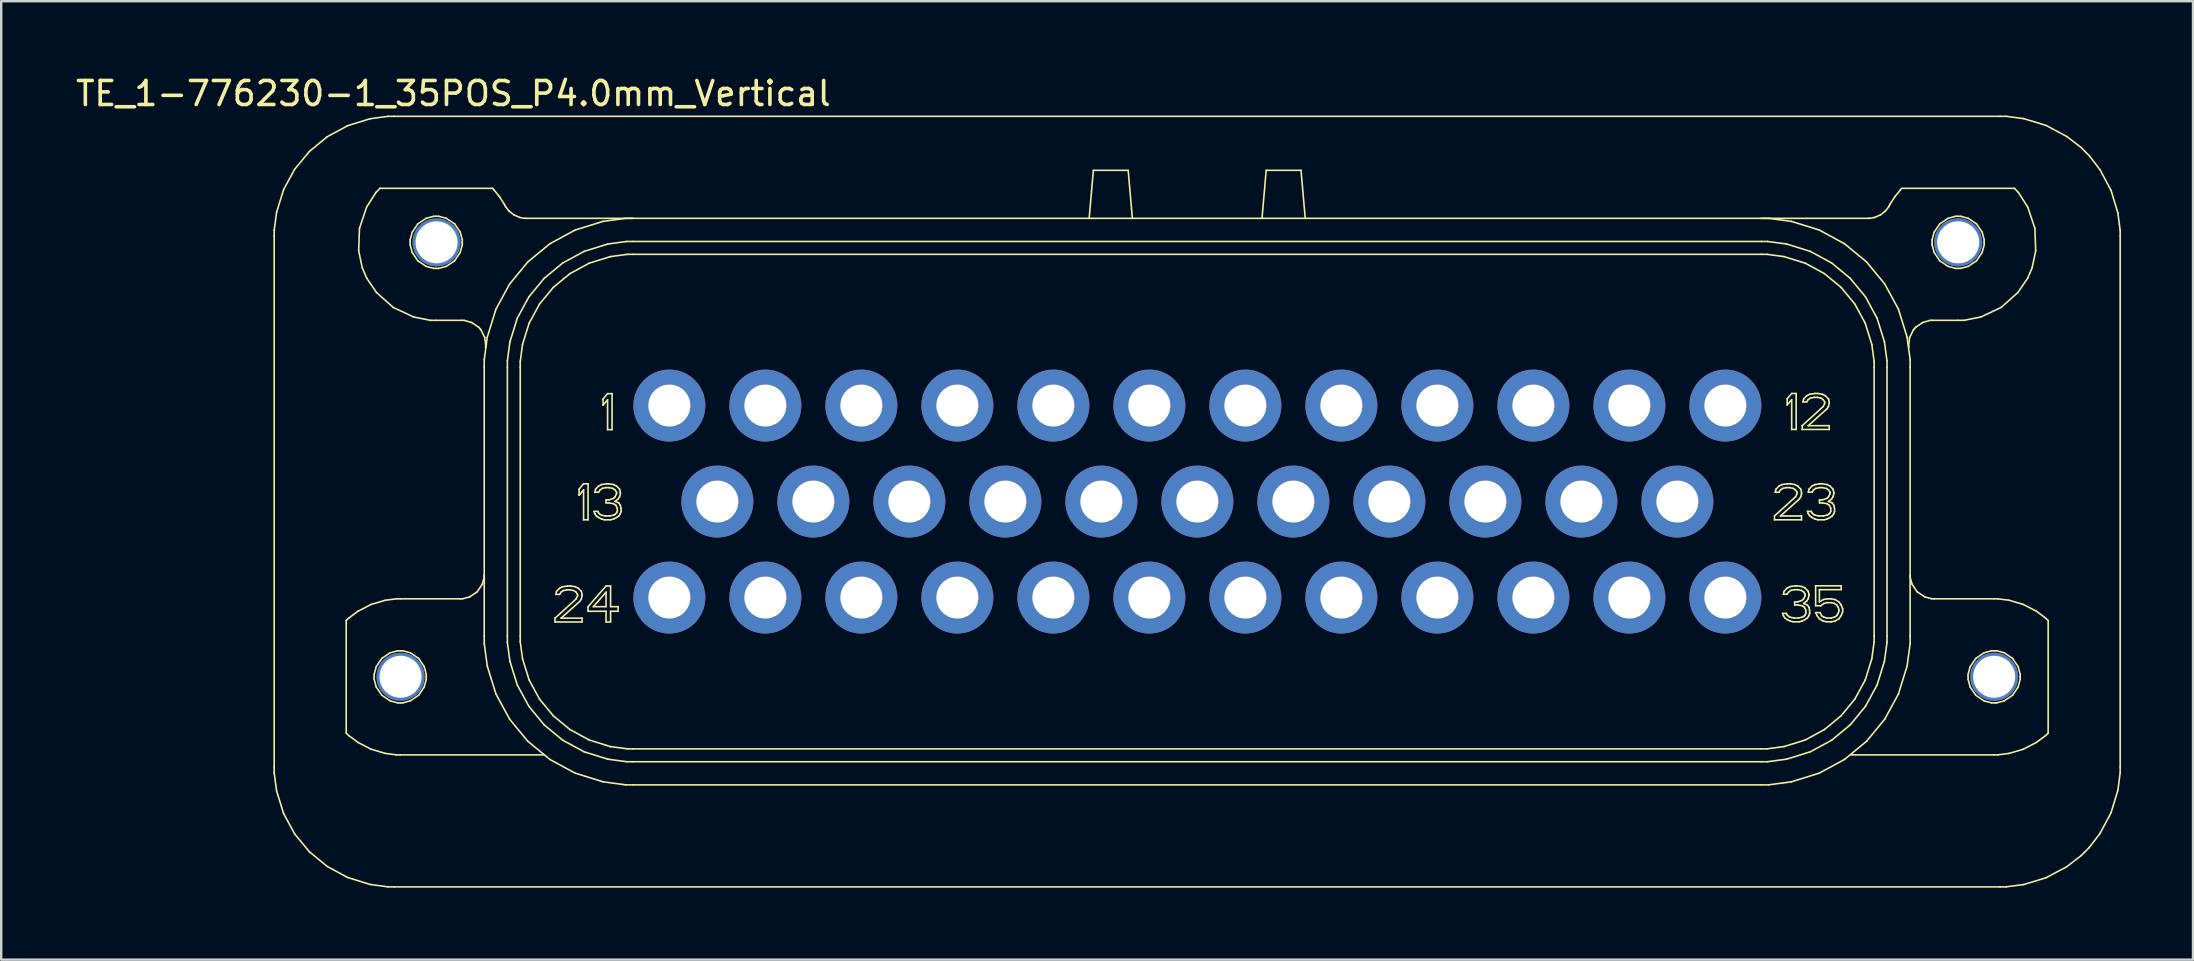
<source format=kicad_pcb>
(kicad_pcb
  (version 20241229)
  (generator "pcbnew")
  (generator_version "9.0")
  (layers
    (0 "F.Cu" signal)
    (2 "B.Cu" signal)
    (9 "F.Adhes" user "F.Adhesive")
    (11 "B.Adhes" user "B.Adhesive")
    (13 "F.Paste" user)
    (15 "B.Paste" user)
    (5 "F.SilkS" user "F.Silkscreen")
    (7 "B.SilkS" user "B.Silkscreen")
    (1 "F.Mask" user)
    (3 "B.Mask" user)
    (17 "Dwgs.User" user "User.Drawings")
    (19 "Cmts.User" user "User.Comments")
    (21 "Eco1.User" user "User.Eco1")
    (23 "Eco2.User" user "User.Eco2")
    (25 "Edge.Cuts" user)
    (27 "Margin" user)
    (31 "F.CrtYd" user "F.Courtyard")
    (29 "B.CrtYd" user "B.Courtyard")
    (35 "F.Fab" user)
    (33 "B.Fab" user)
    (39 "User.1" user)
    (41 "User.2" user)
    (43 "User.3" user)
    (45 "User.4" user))
  (footprint "TE_1-776230-1_35POS_P4.0mm_Vertical"
    (layer "F.Cu")
    (at 46.839 17.848)
    (property "Reference" "TE_1-776230-1_35POS_P4.0mm_Vertical" (at -31 -17 0) (layer "F.SilkS") (effects (font (size 1 1) (thickness 0.15))))
    (attr through_hole)
    (fp_line (start -38.465 -11.303) (end -38.465 -11.051) (stroke (width 0.067) (type solid)) (layer "F.SilkS"))
    (fp_line (start -38.465 -11.051) (end -38.465 11.053) (stroke (width 0.067) (type solid)) (layer "F.SilkS"))
    (fp_line (start -38.465 11.053) (end -38.465 11.305) (stroke (width 0.067) (type solid)) (layer "F.SilkS"))
    (fp_line (start -38.465 11.305) (end -38.363 12.061) (stroke (width 0.067) (type solid)) (layer "F.SilkS"))
    (fp_line (start -38.363 -12.059) (end -38.465 -11.303) (stroke (width 0.067) (type solid)) (layer "F.SilkS"))
    (fp_line (start -38.363 12.061) (end -38.072 13) (stroke (width 0.067) (type solid)) (layer "F.SilkS"))
    (fp_line (start -38.072 -12.998) (end -38.363 -12.059) (stroke (width 0.067) (type solid)) (layer "F.SilkS"))
    (fp_line (start -38.072 13) (end -37.611 13.849) (stroke (width 0.067) (type solid)) (layer "F.SilkS"))
    (fp_line (start -37.611 -13.847) (end -38.072 -12.998) (stroke (width 0.067) (type solid)) (layer "F.SilkS"))
    (fp_line (start -37.611 13.849) (end -37 14.589) (stroke (width 0.067) (type solid)) (layer "F.SilkS"))
    (fp_line (start -37 -14.587) (end -37.611 -13.847) (stroke (width 0.067) (type solid)) (layer "F.SilkS"))
    (fp_line (start -37 14.589) (end -36.26 15.2) (stroke (width 0.067) (type solid)) (layer "F.SilkS"))
    (fp_line (start -36.26 -15.198) (end -37 -14.587) (stroke (width 0.067) (type solid)) (layer "F.SilkS"))
    (fp_line (start -36.26 15.2) (end -35.41 15.661) (stroke (width 0.067) (type solid)) (layer "F.SilkS"))
    (fp_line (start -35.464 4.957) (end -35.464 9.648) (stroke (width 0.067) (type solid)) (layer "F.SilkS"))
    (fp_line (start -35.464 9.648) (end -35.352 9.755) (stroke (width 0.067) (type solid)) (layer "F.SilkS"))
    (fp_line (start -35.41 -15.659) (end -36.26 -15.198) (stroke (width 0.067) (type solid)) (layer "F.SilkS"))
    (fp_line (start -35.41 15.661) (end -34.472 15.952) (stroke (width 0.067) (type solid)) (layer "F.SilkS"))
    (fp_line (start -35.352 4.85) (end -35.464 4.957) (stroke (width 0.067) (type solid)) (layer "F.SilkS"))
    (fp_line (start -35.352 9.755) (end -34.975 10.034) (stroke (width 0.067) (type solid)) (layer "F.SilkS"))
    (fp_line (start -34.975 4.57) (end -35.352 4.85) (stroke (width 0.067) (type solid)) (layer "F.SilkS"))
    (fp_line (start -34.975 10.034) (end -34.426 10.319) (stroke (width 0.067) (type solid)) (layer "F.SilkS"))
    (fp_line (start -34.945 -10.45) (end -34.796 -9.743) (stroke (width 0.067) (type solid)) (layer "F.SilkS"))
    (fp_line (start -34.911 -11.386) (end -34.945 -10.45) (stroke (width 0.067) (type solid)) (layer "F.SilkS"))
    (fp_line (start -34.796 -9.743) (end -34.703 -9.526) (stroke (width 0.067) (type solid)) (layer "F.SilkS"))
    (fp_line (start -34.703 -9.526) (end -34.611 -9.309) (stroke (width 0.067) (type solid)) (layer "F.SilkS"))
    (fp_line (start -34.612 -12.273) (end -34.911 -11.386) (stroke (width 0.067) (type solid)) (layer "F.SilkS"))
    (fp_line (start -34.611 -9.309) (end -34.204 -8.712) (stroke (width 0.067) (type solid)) (layer "F.SilkS"))
    (fp_line (start -34.472 -15.95) (end -35.41 -15.659) (stroke (width 0.067) (type solid)) (layer "F.SilkS"))
    (fp_line (start -34.472 15.952) (end -33.716 16.054) (stroke (width 0.067) (type solid)) (layer "F.SilkS"))
    (fp_line (start -34.426 4.286) (end -34.975 4.57) (stroke (width 0.067) (type solid)) (layer "F.SilkS"))
    (fp_line (start -34.426 10.319) (end -33.834 10.493) (stroke (width 0.067) (type solid)) (layer "F.SilkS"))
    (fp_line (start -34.299 7.197) (end -34.299 7.303) (stroke (width 0.067) (type solid)) (layer "F.SilkS"))
    (fp_line (start -34.299 7.303) (end -34.299 7.408) (stroke (width 0.067) (type solid)) (layer "F.SilkS"))
    (fp_line (start -34.299 7.408) (end -34.213 7.725) (stroke (width 0.067) (type solid)) (layer "F.SilkS"))
    (fp_line (start -34.223 -12.881) (end -34.612 -12.273) (stroke (width 0.067) (type solid)) (layer "F.SilkS"))
    (fp_line (start -34.213 6.88) (end -34.299 7.197) (stroke (width 0.067) (type solid)) (layer "F.SilkS"))
    (fp_line (start -34.213 7.725) (end -33.981 8.07) (stroke (width 0.067) (type solid)) (layer "F.SilkS"))
    (fp_line (start -34.204 -8.712) (end -33.505 -8.089) (stroke (width 0.067) (type solid)) (layer "F.SilkS"))
    (fp_line (start -34.059 -13.051) (end -34.223 -12.881) (stroke (width 0.067) (type solid)) (layer "F.SilkS"))
    (fp_line (start -33.981 6.535) (end -34.213 6.88) (stroke (width 0.067) (type solid)) (layer "F.SilkS"))
    (fp_line (start -33.981 8.07) (end -33.636 8.302) (stroke (width 0.067) (type solid)) (layer "F.SilkS"))
    (fp_line (start -33.834 4.111) (end -34.426 4.286) (stroke (width 0.067) (type solid)) (layer "F.SilkS"))
    (fp_line (start -33.834 10.493) (end -33.369 10.553) (stroke (width 0.067) (type solid)) (layer "F.SilkS"))
    (fp_line (start -33.716 -16.052) (end -34.472 -15.95) (stroke (width 0.067) (type solid)) (layer "F.SilkS"))
    (fp_line (start -33.716 16.054) (end -33.464 16.054) (stroke (width 0.067) (type solid)) (layer "F.SilkS"))
    (fp_line (start -33.636 6.302) (end -33.981 6.535) (stroke (width 0.067) (type solid)) (layer "F.SilkS"))
    (fp_line (start -33.636 8.302) (end -33.319 8.388) (stroke (width 0.067) (type solid)) (layer "F.SilkS"))
    (fp_line (start -33.505 -8.089) (end -32.658 -7.691) (stroke (width 0.067) (type solid)) (layer "F.SilkS"))
    (fp_line (start -33.464 -16.052) (end -33.716 -16.052) (stroke (width 0.067) (type solid)) (layer "F.SilkS"))
    (fp_line (start -33.464 16.054) (end 33.449 16.054) (stroke (width 0.067) (type solid)) (layer "F.SilkS"))
    (fp_line (start -33.369 4.052) (end -33.834 4.111) (stroke (width 0.067) (type solid)) (layer "F.SilkS"))
    (fp_line (start -33.369 10.553) (end -33.213 10.553) (stroke (width 0.067) (type solid)) (layer "F.SilkS"))
    (fp_line (start -33.319 6.217) (end -33.636 6.302) (stroke (width 0.067) (type solid)) (layer "F.SilkS"))
    (fp_line (start -33.319 8.388) (end -33.213 8.388) (stroke (width 0.067) (type solid)) (layer "F.SilkS"))
    (fp_line (start -33.213 4.052) (end -33.369 4.052) (stroke (width 0.067) (type solid)) (layer "F.SilkS"))
    (fp_line (start -33.213 6.217) (end -33.319 6.217) (stroke (width 0.067) (type solid)) (layer "F.SilkS"))
    (fp_line (start -33.213 8.388) (end -33.108 8.388) (stroke (width 0.067) (type solid)) (layer "F.SilkS"))
    (fp_line (start -33.213 10.553) (end -27.246 10.553) (stroke (width 0.067) (type solid)) (layer "F.SilkS"))
    (fp_line (start -33.108 6.217) (end -33.213 6.217) (stroke (width 0.067) (type solid)) (layer "F.SilkS"))
    (fp_line (start -33.108 8.388) (end -32.791 8.302) (stroke (width 0.067) (type solid)) (layer "F.SilkS"))
    (fp_line (start -32.798 -10.907) (end -32.798 -10.801) (stroke (width 0.067) (type solid)) (layer "F.SilkS"))
    (fp_line (start -32.798 -10.801) (end -32.798 -10.695) (stroke (width 0.067) (type solid)) (layer "F.SilkS"))
    (fp_line (start -32.798 -10.695) (end -32.713 -10.379) (stroke (width 0.067) (type solid)) (layer "F.SilkS"))
    (fp_line (start -32.791 6.302) (end -33.108 6.217) (stroke (width 0.067) (type solid)) (layer "F.SilkS"))
    (fp_line (start -32.791 8.302) (end -32.446 8.07) (stroke (width 0.067) (type solid)) (layer "F.SilkS"))
    (fp_line (start -32.713 -11.224) (end -32.798 -10.907) (stroke (width 0.067) (type solid)) (layer "F.SilkS"))
    (fp_line (start -32.713 -10.379) (end -32.481 -10.034) (stroke (width 0.067) (type solid)) (layer "F.SilkS"))
    (fp_line (start -32.658 -7.691) (end -31.95 -7.55) (stroke (width 0.067) (type solid)) (layer "F.SilkS"))
    (fp_line (start -32.481 -11.568) (end -32.713 -11.224) (stroke (width 0.067) (type solid)) (layer "F.SilkS"))
    (fp_line (start -32.481 -10.034) (end -32.136 -9.801) (stroke (width 0.067) (type solid)) (layer "F.SilkS"))
    (fp_line (start -32.446 6.535) (end -32.791 6.302) (stroke (width 0.067) (type solid)) (layer "F.SilkS"))
    (fp_line (start -32.446 8.07) (end -32.214 7.725) (stroke (width 0.067) (type solid)) (layer "F.SilkS"))
    (fp_line (start -32.214 6.88) (end -32.446 6.535) (stroke (width 0.067) (type solid)) (layer "F.SilkS"))
    (fp_line (start -32.214 7.725) (end -32.128 7.408) (stroke (width 0.067) (type solid)) (layer "F.SilkS"))
    (fp_line (start -32.136 -11.801) (end -32.481 -11.568) (stroke (width 0.067) (type solid)) (layer "F.SilkS"))
    (fp_line (start -32.136 -9.801) (end -31.819 -9.716) (stroke (width 0.067) (type solid)) (layer "F.SilkS"))
    (fp_line (start -32.128 7.197) (end -32.214 6.88) (stroke (width 0.067) (type solid)) (layer "F.SilkS"))
    (fp_line (start -32.128 7.303) (end -32.128 7.197) (stroke (width 0.067) (type solid)) (layer "F.SilkS"))
    (fp_line (start -32.128 7.303) (end -32.128 7.303) (stroke (width 0.067) (type solid)) (layer "F.SilkS"))
    (fp_line (start -32.128 7.408) (end -32.128 7.303) (stroke (width 0.067) (type solid)) (layer "F.SilkS"))
    (fp_line (start -31.95 -7.55) (end -31.713 -7.55) (stroke (width 0.067) (type solid)) (layer "F.SilkS"))
    (fp_line (start -31.819 -11.886) (end -32.136 -11.801) (stroke (width 0.067) (type solid)) (layer "F.SilkS"))
    (fp_line (start -31.819 -9.716) (end -31.713 -9.716) (stroke (width 0.067) (type solid)) (layer "F.SilkS"))
    (fp_line (start -31.713 -11.886) (end -31.819 -11.886) (stroke (width 0.067) (type solid)) (layer "F.SilkS"))
    (fp_line (start -31.713 -9.716) (end -31.608 -9.716) (stroke (width 0.067) (type solid)) (layer "F.SilkS"))
    (fp_line (start -31.713 -7.55) (end -30.65 -7.55) (stroke (width 0.067) (type solid)) (layer "F.SilkS"))
    (fp_line (start -31.608 -11.886) (end -31.713 -11.886) (stroke (width 0.067) (type solid)) (layer "F.SilkS"))
    (fp_line (start -31.608 -9.716) (end -31.291 -9.801) (stroke (width 0.067) (type solid)) (layer "F.SilkS"))
    (fp_line (start -31.291 -11.801) (end -31.608 -11.886) (stroke (width 0.067) (type solid)) (layer "F.SilkS"))
    (fp_line (start -31.291 -9.801) (end -30.946 -10.034) (stroke (width 0.067) (type solid)) (layer "F.SilkS"))
    (fp_line (start -30.946 -11.568) (end -31.291 -11.801) (stroke (width 0.067) (type solid)) (layer "F.SilkS"))
    (fp_line (start -30.946 -10.034) (end -30.713 -10.379) (stroke (width 0.067) (type solid)) (layer "F.SilkS"))
    (fp_line (start -30.713 -11.224) (end -30.946 -11.568) (stroke (width 0.067) (type solid)) (layer "F.SilkS"))
    (fp_line (start -30.713 -10.379) (end -30.628 -10.695) (stroke (width 0.067) (type solid)) (layer "F.SilkS"))
    (fp_line (start -30.713 4.052) (end -33.213 4.052) (stroke (width 0.067) (type solid)) (layer "F.SilkS"))
    (fp_line (start -30.713 4.052) (end -30.616 4.052) (stroke (width 0.067) (type solid)) (layer "F.SilkS"))
    (fp_line (start -30.65 -7.55) (end -30.547 -7.55) (stroke (width 0.067) (type solid)) (layer "F.SilkS"))
    (fp_line (start -30.628 -10.907) (end -30.713 -11.224) (stroke (width 0.067) (type solid)) (layer "F.SilkS"))
    (fp_line (start -30.628 -10.801) (end -30.628 -10.907) (stroke (width 0.067) (type solid)) (layer "F.SilkS"))
    (fp_line (start -30.628 -10.801) (end -30.628 -10.801) (stroke (width 0.067) (type solid)) (layer "F.SilkS"))
    (fp_line (start -30.628 -10.695) (end -30.628 -10.801) (stroke (width 0.067) (type solid)) (layer "F.SilkS"))
    (fp_line (start -30.616 4.052) (end -30.324 3.973) (stroke (width 0.067) (type solid)) (layer "F.SilkS"))
    (fp_line (start -30.547 -7.55) (end -30.237 -7.461) (stroke (width 0.067) (type solid)) (layer "F.SilkS"))
    (fp_line (start -30.324 3.973) (end -30.006 3.759) (stroke (width 0.067) (type solid)) (layer "F.SilkS"))
    (fp_line (start -30.237 -7.461) (end -29.945 -7.263) (stroke (width 0.067) (type solid)) (layer "F.SilkS"))
    (fp_line (start -30.006 3.759) (end -29.792 3.441) (stroke (width 0.067) (type solid)) (layer "F.SilkS"))
    (fp_line (start -29.945 -7.263) (end -29.898 -7.209) (stroke (width 0.067) (type solid)) (layer "F.SilkS"))
    (fp_line (start -29.898 -7.209) (end -29.85 -7.155) (stroke (width 0.067) (type solid)) (layer "F.SilkS"))
    (fp_line (start -29.85 -7.155) (end -29.693 -6.84) (stroke (width 0.067) (type solid)) (layer "F.SilkS"))
    (fp_line (start -29.792 3.441) (end -29.713 3.149) (stroke (width 0.067) (type solid)) (layer "F.SilkS"))
    (fp_line (start -29.713 -5.912) (end -29.713 -5.6) (stroke (width 0.067) (type solid)) (layer "F.SilkS"))
    (fp_line (start -29.713 -5.6) (end -29.713 5.602) (stroke (width 0.067) (type solid)) (layer "F.SilkS"))
    (fp_line (start -29.713 3.149) (end -29.713 3.052) (stroke (width 0.067) (type solid)) (layer "F.SilkS"))
    (fp_line (start -29.713 5.602) (end -29.713 5.914) (stroke (width 0.067) (type solid)) (layer "F.SilkS"))
    (fp_line (start -29.713 5.914) (end -29.587 6.852) (stroke (width 0.067) (type solid)) (layer "F.SilkS"))
    (fp_line (start -29.693 -6.84) (end -29.649 -6.49) (stroke (width 0.067) (type solid)) (layer "F.SilkS"))
    (fp_line (start -29.649 -6.49) (end -29.659 -6.418) (stroke (width 0.067) (type solid)) (layer "F.SilkS"))
    (fp_line (start -29.587 -6.85) (end -29.713 -5.912) (stroke (width 0.067) (type solid)) (layer "F.SilkS"))
    (fp_line (start -29.587 6.852) (end -29.226 8.016) (stroke (width 0.067) (type solid)) (layer "F.SilkS"))
    (fp_line (start -29.368 -13.051) (end -34.059 -13.051) (stroke (width 0.067) (type solid)) (layer "F.SilkS"))
    (fp_line (start -29.316 -12.998) (end -29.368 -13.051) (stroke (width 0.067) (type solid)) (layer "F.SilkS"))
    (fp_line (start -29.226 -8.014) (end -29.587 -6.85) (stroke (width 0.067) (type solid)) (layer "F.SilkS"))
    (fp_line (start -29.226 8.016) (end -28.654 9.069) (stroke (width 0.067) (type solid)) (layer "F.SilkS"))
    (fp_line (start -29.082 -12.709) (end -29.316 -12.998) (stroke (width 0.067) (type solid)) (layer "F.SilkS"))
    (fp_line (start -28.88 -12.396) (end -29.082 -12.709) (stroke (width 0.067) (type solid)) (layer "F.SilkS"))
    (fp_line (start -28.845 -12.331) (end -28.88 -12.396) (stroke (width 0.067) (type solid)) (layer "F.SilkS"))
    (fp_line (start -28.845 -12.331) (end -28.814 -12.271) (stroke (width 0.067) (type solid)) (layer "F.SilkS"))
    (fp_line (start -28.814 -12.271) (end -28.686 -12.11) (stroke (width 0.067) (type solid)) (layer "F.SilkS"))
    (fp_line (start -28.749 -5.864) (end -28.749 -5.6) (stroke (width 0.067) (type solid)) (layer "F.SilkS"))
    (fp_line (start -28.749 -5.6) (end -28.749 5.602) (stroke (width 0.067) (type solid)) (layer "F.SilkS"))
    (fp_line (start -28.749 5.602) (end -28.749 5.866) (stroke (width 0.067) (type solid)) (layer "F.SilkS"))
    (fp_line (start -28.749 5.866) (end -28.642 6.657) (stroke (width 0.067) (type solid)) (layer "F.SilkS"))
    (fp_line (start -28.686 -12.11) (end -28.477 -11.944) (stroke (width 0.067) (type solid)) (layer "F.SilkS"))
    (fp_line (start -28.654 -9.067) (end -29.226 -8.014) (stroke (width 0.067) (type solid)) (layer "F.SilkS"))
    (fp_line (start -28.654 9.069) (end -27.897 9.987) (stroke (width 0.067) (type solid)) (layer "F.SilkS"))
    (fp_line (start -28.642 -6.655) (end -28.749 -5.864) (stroke (width 0.067) (type solid)) (layer "F.SilkS"))
    (fp_line (start -28.642 6.657) (end -28.337 7.64) (stroke (width 0.067) (type solid)) (layer "F.SilkS"))
    (fp_line (start -28.477 -11.944) (end -28.232 -11.838) (stroke (width 0.067) (type solid)) (layer "F.SilkS"))
    (fp_line (start -28.337 -7.638) (end -28.642 -6.655) (stroke (width 0.067) (type solid)) (layer "F.SilkS"))
    (fp_line (start -28.337 7.64) (end -27.854 8.53) (stroke (width 0.067) (type solid)) (layer "F.SilkS"))
    (fp_line (start -28.232 -11.838) (end -28.03 -11.801) (stroke (width 0.067) (type solid)) (layer "F.SilkS"))
    (fp_line (start -28.213 -5.837) (end -28.213 -5.6) (stroke (width 0.067) (type solid)) (layer "F.SilkS"))
    (fp_line (start -28.213 -5.6) (end -28.213 5.602) (stroke (width 0.067) (type solid)) (layer "F.SilkS"))
    (fp_line (start -28.213 5.602) (end -28.213 5.839) (stroke (width 0.067) (type solid)) (layer "F.SilkS"))
    (fp_line (start -28.213 5.839) (end -28.117 6.549) (stroke (width 0.067) (type solid)) (layer "F.SilkS"))
    (fp_line (start -28.117 -6.547) (end -28.213 -5.837) (stroke (width 0.067) (type solid)) (layer "F.SilkS"))
    (fp_line (start -28.117 6.549) (end -27.843 7.432) (stroke (width 0.067) (type solid)) (layer "F.SilkS"))
    (fp_line (start -28.03 -11.801) (end -27.963 -11.801) (stroke (width 0.067) (type solid)) (layer "F.SilkS"))
    (fp_line (start -27.897 -9.985) (end -28.654 -9.067) (stroke (width 0.067) (type solid)) (layer "F.SilkS"))
    (fp_line (start -27.897 9.987) (end -26.979 10.744) (stroke (width 0.067) (type solid)) (layer "F.SilkS"))
    (fp_line (start -27.854 -8.528) (end -28.337 -7.638) (stroke (width 0.067) (type solid)) (layer "F.SilkS"))
    (fp_line (start -27.854 8.53) (end -27.215 9.305) (stroke (width 0.067) (type solid)) (layer "F.SilkS"))
    (fp_line (start -27.843 -7.43) (end -28.117 -6.547) (stroke (width 0.067) (type solid)) (layer "F.SilkS"))
    (fp_line (start -27.843 7.432) (end -27.41 8.23) (stroke (width 0.067) (type solid)) (layer "F.SilkS"))
    (fp_line (start -27.41 -8.228) (end -27.843 -7.43) (stroke (width 0.067) (type solid)) (layer "F.SilkS"))
    (fp_line (start -27.41 8.23) (end -26.836 8.926) (stroke (width 0.067) (type solid)) (layer "F.SilkS"))
    (fp_line (start -27.215 -9.303) (end -27.854 -8.528) (stroke (width 0.067) (type solid)) (layer "F.SilkS"))
    (fp_line (start -27.215 9.305) (end -26.44 9.945) (stroke (width 0.067) (type solid)) (layer "F.SilkS"))
    (fp_line (start -26.979 -10.742) (end -27.897 -9.985) (stroke (width 0.067) (type solid)) (layer "F.SilkS"))
    (fp_line (start -26.979 10.744) (end -25.926 11.316) (stroke (width 0.067) (type solid)) (layer "F.SilkS"))
    (fp_line (start -26.836 -8.924) (end -27.41 -8.228) (stroke (width 0.067) (type solid)) (layer "F.SilkS"))
    (fp_line (start -26.836 8.926) (end -26.14 9.5) (stroke (width 0.067) (type solid)) (layer "F.SilkS"))
    (fp_line (start -26.762 4.858) (end -26.762 5.018) (stroke (width 0.067) (type solid)) (layer "F.SilkS"))
    (fp_line (start -26.762 5.018) (end -25.637 5.018) (stroke (width 0.067) (type solid)) (layer "F.SilkS"))
    (fp_line (start -26.731 3.869) (end -26.575 3.869) (stroke (width 0.067) (type solid)) (layer "F.SilkS"))
    (fp_line (start -26.7 3.741) (end -26.731 3.869) (stroke (width 0.067) (type solid)) (layer "F.SilkS"))
    (fp_line (start -26.575 3.613) (end -26.7 3.741) (stroke (width 0.067) (type solid)) (layer "F.SilkS"))
    (fp_line (start -26.575 3.869) (end -26.512 3.773) (stroke (width 0.067) (type solid)) (layer "F.SilkS"))
    (fp_line (start -26.512 3.773) (end -26.418 3.709) (stroke (width 0.067) (type solid)) (layer "F.SilkS"))
    (fp_line (start -26.512 4.858) (end -25.73 4.156) (stroke (width 0.067) (type solid)) (layer "F.SilkS"))
    (fp_line (start -26.449 3.549) (end -26.575 3.613) (stroke (width 0.067) (type solid)) (layer "F.SilkS"))
    (fp_line (start -26.44 -9.943) (end -27.215 -9.303) (stroke (width 0.067) (type solid)) (layer "F.SilkS"))
    (fp_line (start -26.44 9.945) (end -25.55 10.427) (stroke (width 0.067) (type solid)) (layer "F.SilkS"))
    (fp_line (start -26.418 3.709) (end -26.262 3.677) (stroke (width 0.067) (type solid)) (layer "F.SilkS"))
    (fp_line (start -26.262 3.677) (end -26.137 3.677) (stroke (width 0.067) (type solid)) (layer "F.SilkS"))
    (fp_line (start -26.231 3.517) (end -26.449 3.549) (stroke (width 0.067) (type solid)) (layer "F.SilkS"))
    (fp_line (start -26.14 -9.498) (end -26.836 -8.924) (stroke (width 0.067) (type solid)) (layer "F.SilkS"))
    (fp_line (start -26.14 9.5) (end -25.342 9.934) (stroke (width 0.067) (type solid)) (layer "F.SilkS"))
    (fp_line (start -26.137 3.677) (end -25.981 3.709) (stroke (width 0.067) (type solid)) (layer "F.SilkS"))
    (fp_line (start -26.106 3.517) (end -26.231 3.517) (stroke (width 0.067) (type solid)) (layer "F.SilkS"))
    (fp_line (start -25.981 3.709) (end -25.887 3.773) (stroke (width 0.067) (type solid)) (layer "F.SilkS"))
    (fp_line (start -25.926 -11.314) (end -26.979 -10.742) (stroke (width 0.067) (type solid)) (layer "F.SilkS"))
    (fp_line (start -25.926 11.316) (end -24.762 11.677) (stroke (width 0.067) (type solid)) (layer "F.SilkS"))
    (fp_line (start -25.918 3.549) (end -26.106 3.517) (stroke (width 0.067) (type solid)) (layer "F.SilkS"))
    (fp_line (start -25.887 3.773) (end -25.824 3.869) (stroke (width 0.067) (type solid)) (layer "F.SilkS"))
    (fp_line (start -25.887 4.06) (end -26.762 4.858) (stroke (width 0.067) (type solid)) (layer "F.SilkS"))
    (fp_line (start -25.824 3.869) (end -25.824 3.933) (stroke (width 0.067) (type solid)) (layer "F.SilkS"))
    (fp_line (start -25.824 3.933) (end -25.887 4.06) (stroke (width 0.067) (type solid)) (layer "F.SilkS"))
    (fp_line (start -25.793 3.613) (end -25.918 3.549) (stroke (width 0.067) (type solid)) (layer "F.SilkS"))
    (fp_line (start -25.762 -0.517) (end -25.762 -0.262) (stroke (width 0.067) (type solid)) (layer "F.SilkS"))
    (fp_line (start -25.762 -0.262) (end -25.574 -0.485) (stroke (width 0.067) (type solid)) (layer "F.SilkS"))
    (fp_line (start -25.73 4.156) (end -25.668 4.06) (stroke (width 0.067) (type solid)) (layer "F.SilkS"))
    (fp_line (start -25.668 3.741) (end -25.793 3.613) (stroke (width 0.067) (type solid)) (layer "F.SilkS"))
    (fp_line (start -25.668 4.06) (end -25.637 3.933) (stroke (width 0.067) (type solid)) (layer "F.SilkS"))
    (fp_line (start -25.637 3.869) (end -25.668 3.741) (stroke (width 0.067) (type solid)) (layer "F.SilkS"))
    (fp_line (start -25.637 3.933) (end -25.637 3.869) (stroke (width 0.067) (type solid)) (layer "F.SilkS"))
    (fp_line (start -25.637 4.858) (end -26.512 4.858) (stroke (width 0.067) (type solid)) (layer "F.SilkS"))
    (fp_line (start -25.637 5.018) (end -25.637 4.858) (stroke (width 0.067) (type solid)) (layer "F.SilkS"))
    (fp_line (start -25.574 -0.741) (end -25.762 -0.517) (stroke (width 0.067) (type solid)) (layer "F.SilkS"))
    (fp_line (start -25.574 -0.485) (end -25.574 0.76) (stroke (width 0.067) (type solid)) (layer "F.SilkS"))
    (fp_line (start -25.574 0.76) (end -25.387 0.76) (stroke (width 0.067) (type solid)) (layer "F.SilkS"))
    (fp_line (start -25.55 -10.425) (end -26.44 -9.943) (stroke (width 0.067) (type solid)) (layer "F.SilkS"))
    (fp_line (start -25.55 10.427) (end -24.567 10.733) (stroke (width 0.067) (type solid)) (layer "F.SilkS"))
    (fp_line (start -25.387 -0.741) (end -25.574 -0.741) (stroke (width 0.067) (type solid)) (layer "F.SilkS"))
    (fp_line (start -25.387 0.76) (end -25.387 -0.741) (stroke (width 0.067) (type solid)) (layer "F.SilkS"))
    (fp_line (start -25.387 4.379) (end -25.387 4.571) (stroke (width 0.067) (type solid)) (layer "F.SilkS"))
    (fp_line (start -25.387 4.571) (end -24.637 4.571) (stroke (width 0.067) (type solid)) (layer "F.SilkS"))
    (fp_line (start -25.342 -9.932) (end -26.14 -9.498) (stroke (width 0.067) (type solid)) (layer "F.SilkS"))
    (fp_line (start -25.342 9.934) (end -24.459 10.208) (stroke (width 0.067) (type solid)) (layer "F.SilkS"))
    (fp_line (start -25.168 4.379) (end -24.637 3.773) (stroke (width 0.067) (type solid)) (layer "F.SilkS"))
    (fp_line (start -25.137 0.409) (end -25.105 0.504) (stroke (width 0.067) (type solid)) (layer "F.SilkS"))
    (fp_line (start -25.105 -0.39) (end -24.949 -0.39) (stroke (width 0.067) (type solid)) (layer "F.SilkS"))
    (fp_line (start -25.105 0.504) (end -25.043 0.6) (stroke (width 0.067) (type solid)) (layer "F.SilkS"))
    (fp_line (start -25.074 -0.517) (end -25.105 -0.39) (stroke (width 0.067) (type solid)) (layer "F.SilkS"))
    (fp_line (start -25.043 0.6) (end -24.949 0.664) (stroke (width 0.067) (type solid)) (layer "F.SilkS"))
    (fp_line (start -24.981 0.409) (end -25.137 0.409) (stroke (width 0.067) (type solid)) (layer "F.SilkS"))
    (fp_line (start -24.949 -0.645) (end -25.074 -0.517) (stroke (width 0.067) (type solid)) (layer "F.SilkS"))
    (fp_line (start -24.949 -0.39) (end -24.887 -0.485) (stroke (width 0.067) (type solid)) (layer "F.SilkS"))
    (fp_line (start -24.949 0.473) (end -24.981 0.409) (stroke (width 0.067) (type solid)) (layer "F.SilkS"))
    (fp_line (start -24.949 0.664) (end -24.824 0.728) (stroke (width 0.067) (type solid)) (layer "F.SilkS"))
    (fp_line (start -24.887 -0.485) (end -24.793 -0.549) (stroke (width 0.067) (type solid)) (layer "F.SilkS"))
    (fp_line (start -24.887 0.536) (end -24.949 0.473) (stroke (width 0.067) (type solid)) (layer "F.SilkS"))
    (fp_line (start -24.824 -0.709) (end -24.949 -0.645) (stroke (width 0.067) (type solid)) (layer "F.SilkS"))
    (fp_line (start -24.824 0.568) (end -24.887 0.536) (stroke (width 0.067) (type solid)) (layer "F.SilkS"))
    (fp_line (start -24.824 0.728) (end -24.699 0.76) (stroke (width 0.067) (type solid)) (layer "F.SilkS"))
    (fp_line (start -24.793 -0.549) (end -24.637 -0.581) (stroke (width 0.067) (type solid)) (layer "F.SilkS"))
    (fp_line (start -24.762 -4.273) (end -24.762 -4.017) (stroke (width 0.067) (type solid)) (layer "F.SilkS"))
    (fp_line (start -24.762 -4.017) (end -24.574 -4.241) (stroke (width 0.067) (type solid)) (layer "F.SilkS"))
    (fp_line (start -24.762 -11.675) (end -25.926 -11.314) (stroke (width 0.067) (type solid)) (layer "F.SilkS"))
    (fp_line (start -24.762 11.677) (end -23.824 11.803) (stroke (width 0.067) (type solid)) (layer "F.SilkS"))
    (fp_line (start -24.699 0.76) (end -24.449 0.76) (stroke (width 0.067) (type solid)) (layer "F.SilkS"))
    (fp_line (start -24.668 0.6) (end -24.824 0.568) (stroke (width 0.067) (type solid)) (layer "F.SilkS"))
    (fp_line (start -24.637 -0.581) (end -24.512 -0.581) (stroke (width 0.067) (type solid)) (layer "F.SilkS"))
    (fp_line (start -24.637 -0.07) (end -24.637 0.057) (stroke (width 0.067) (type solid)) (layer "F.SilkS"))
    (fp_line (start -24.637 0.057) (end -24.512 0.057) (stroke (width 0.067) (type solid)) (layer "F.SilkS"))
    (fp_line (start -24.637 3.517) (end -25.387 4.379) (stroke (width 0.067) (type solid)) (layer "F.SilkS"))
    (fp_line (start -24.637 3.773) (end -24.637 4.379) (stroke (width 0.067) (type solid)) (layer "F.SilkS"))
    (fp_line (start -24.637 4.379) (end -25.168 4.379) (stroke (width 0.067) (type solid)) (layer "F.SilkS"))
    (fp_line (start -24.637 4.571) (end -24.637 5.018) (stroke (width 0.067) (type solid)) (layer "F.SilkS"))
    (fp_line (start -24.637 5.018) (end -24.449 5.018) (stroke (width 0.067) (type solid)) (layer "F.SilkS"))
    (fp_line (start -24.606 -0.741) (end -24.824 -0.709) (stroke (width 0.067) (type solid)) (layer "F.SilkS"))
    (fp_line (start -24.574 -4.496) (end -24.762 -4.273) (stroke (width 0.067) (type solid)) (layer "F.SilkS"))
    (fp_line (start -24.574 -4.241) (end -24.574 -2.996) (stroke (width 0.067) (type solid)) (layer "F.SilkS"))
    (fp_line (start -24.574 -2.996) (end -24.387 -2.996) (stroke (width 0.067) (type solid)) (layer "F.SilkS"))
    (fp_line (start -24.567 -10.731) (end -25.55 -10.425) (stroke (width 0.067) (type solid)) (layer "F.SilkS"))
    (fp_line (start -24.567 10.733) (end -23.776 10.839) (stroke (width 0.067) (type solid)) (layer "F.SilkS"))
    (fp_line (start -24.543 -0.741) (end -24.606 -0.741) (stroke (width 0.067) (type solid)) (layer "F.SilkS"))
    (fp_line (start -24.512 -0.581) (end -24.355 -0.549) (stroke (width 0.067) (type solid)) (layer "F.SilkS"))
    (fp_line (start -24.512 -0.07) (end -24.637 -0.07) (stroke (width 0.067) (type solid)) (layer "F.SilkS"))
    (fp_line (start -24.512 0.057) (end -24.324 0.089) (stroke (width 0.067) (type solid)) (layer "F.SilkS"))
    (fp_line (start -24.48 0.6) (end -24.668 0.6) (stroke (width 0.067) (type solid)) (layer "F.SilkS"))
    (fp_line (start -24.459 -10.206) (end -25.342 -9.932) (stroke (width 0.067) (type solid)) (layer "F.SilkS"))
    (fp_line (start -24.459 10.208) (end -23.749 10.303) (stroke (width 0.067) (type solid)) (layer "F.SilkS"))
    (fp_line (start -24.449 0.76) (end -24.324 0.728) (stroke (width 0.067) (type solid)) (layer "F.SilkS"))
    (fp_line (start -24.449 3.517) (end -24.637 3.517) (stroke (width 0.067) (type solid)) (layer "F.SilkS"))
    (fp_line (start -24.449 4.379) (end -24.449 3.517) (stroke (width 0.067) (type solid)) (layer "F.SilkS"))
    (fp_line (start -24.449 4.571) (end -24.137 4.571) (stroke (width 0.067) (type solid)) (layer "F.SilkS"))
    (fp_line (start -24.449 5.018) (end -24.449 4.571) (stroke (width 0.067) (type solid)) (layer "F.SilkS"))
    (fp_line (start -24.387 -4.496) (end -24.574 -4.496) (stroke (width 0.067) (type solid)) (layer "F.SilkS"))
    (fp_line (start -24.387 -2.996) (end -24.387 -4.496) (stroke (width 0.067) (type solid)) (layer "F.SilkS"))
    (fp_line (start -24.355 -0.549) (end -24.262 -0.485) (stroke (width 0.067) (type solid)) (layer "F.SilkS"))
    (fp_line (start -24.324 -0.709) (end -24.543 -0.741) (stroke (width 0.067) (type solid)) (layer "F.SilkS"))
    (fp_line (start -24.324 -0.134) (end -24.512 -0.07) (stroke (width 0.067) (type solid)) (layer "F.SilkS"))
    (fp_line (start -24.324 0.089) (end -24.23 0.153) (stroke (width 0.067) (type solid)) (layer "F.SilkS"))
    (fp_line (start -24.324 0.568) (end -24.48 0.6) (stroke (width 0.067) (type solid)) (layer "F.SilkS"))
    (fp_line (start -24.324 0.728) (end -24.199 0.664) (stroke (width 0.067) (type solid)) (layer "F.SilkS"))
    (fp_line (start -24.262 -0.485) (end -24.199 -0.39) (stroke (width 0.067) (type solid)) (layer "F.SilkS"))
    (fp_line (start -24.262 -0.198) (end -24.324 -0.134) (stroke (width 0.067) (type solid)) (layer "F.SilkS"))
    (fp_line (start -24.262 -0.006) (end -24.137 -0.102) (stroke (width 0.067) (type solid)) (layer "F.SilkS"))
    (fp_line (start -24.262 0.536) (end -24.324 0.568) (stroke (width 0.067) (type solid)) (layer "F.SilkS"))
    (fp_line (start -24.23 0.153) (end -24.168 0.281) (stroke (width 0.067) (type solid)) (layer "F.SilkS"))
    (fp_line (start -24.199 -0.645) (end -24.324 -0.709) (stroke (width 0.067) (type solid)) (layer "F.SilkS"))
    (fp_line (start -24.199 -0.39) (end -24.199 -0.326) (stroke (width 0.067) (type solid)) (layer "F.SilkS"))
    (fp_line (start -24.199 -0.326) (end -24.262 -0.198) (stroke (width 0.067) (type solid)) (layer "F.SilkS"))
    (fp_line (start -24.199 0.473) (end -24.262 0.536) (stroke (width 0.067) (type solid)) (layer "F.SilkS"))
    (fp_line (start -24.199 0.664) (end -24.105 0.6) (stroke (width 0.067) (type solid)) (layer "F.SilkS"))
    (fp_line (start -24.168 0.281) (end -24.168 0.409) (stroke (width 0.067) (type solid)) (layer "F.SilkS"))
    (fp_line (start -24.168 0.409) (end -24.199 0.473) (stroke (width 0.067) (type solid)) (layer "F.SilkS"))
    (fp_line (start -24.137 -0.102) (end -24.074 -0.198) (stroke (width 0.067) (type solid)) (layer "F.SilkS"))
    (fp_line (start -24.137 4.379) (end -24.449 4.379) (stroke (width 0.067) (type solid)) (layer "F.SilkS"))
    (fp_line (start -24.137 4.571) (end -24.137 4.379) (stroke (width 0.067) (type solid)) (layer "F.SilkS"))
    (fp_line (start -24.105 0.057) (end -24.262 -0.006) (stroke (width 0.067) (type solid)) (layer "F.SilkS"))
    (fp_line (start -24.105 0.6) (end -24.043 0.504) (stroke (width 0.067) (type solid)) (layer "F.SilkS"))
    (fp_line (start -24.074 -0.517) (end -24.199 -0.645) (stroke (width 0.067) (type solid)) (layer "F.SilkS"))
    (fp_line (start -24.074 -0.198) (end -24.043 -0.326) (stroke (width 0.067) (type solid)) (layer "F.SilkS"))
    (fp_line (start -24.043 -0.39) (end -24.074 -0.517) (stroke (width 0.067) (type solid)) (layer "F.SilkS"))
    (fp_line (start -24.043 -0.326) (end -24.043 -0.39) (stroke (width 0.067) (type solid)) (layer "F.SilkS"))
    (fp_line (start -24.043 0.153) (end -24.105 0.057) (stroke (width 0.067) (type solid)) (layer "F.SilkS"))
    (fp_line (start -24.043 0.504) (end -24.012 0.409) (stroke (width 0.067) (type solid)) (layer "F.SilkS"))
    (fp_line (start -24.012 0.281) (end -24.043 0.153) (stroke (width 0.067) (type solid)) (layer "F.SilkS"))
    (fp_line (start -24.012 0.409) (end -24.012 0.281) (stroke (width 0.067) (type solid)) (layer "F.SilkS"))
    (fp_line (start -23.824 -11.801) (end -24.762 -11.675) (stroke (width 0.067) (type solid)) (layer "F.SilkS"))
    (fp_line (start -23.824 11.803) (end -23.512 11.803) (stroke (width 0.067) (type solid)) (layer "F.SilkS"))
    (fp_line (start -23.776 -10.837) (end -24.567 -10.731) (stroke (width 0.067) (type solid)) (layer "F.SilkS"))
    (fp_line (start -23.776 10.839) (end -23.512 10.839) (stroke (width 0.067) (type solid)) (layer "F.SilkS"))
    (fp_line (start -23.749 -10.301) (end -24.459 -10.206) (stroke (width 0.067) (type solid)) (layer "F.SilkS"))
    (fp_line (start -23.749 10.303) (end -23.512 10.303) (stroke (width 0.067) (type solid)) (layer "F.SilkS"))
    (fp_line (start -23.512 -11.801) (end -23.824 -11.801) (stroke (width 0.067) (type solid)) (layer "F.SilkS"))
    (fp_line (start -23.512 -10.837) (end -23.776 -10.837) (stroke (width 0.067) (type solid)) (layer "F.SilkS"))
    (fp_line (start -23.512 -10.301) (end -23.749 -10.301) (stroke (width 0.067) (type solid)) (layer "F.SilkS"))
    (fp_line (start -23.512 10.303) (end 23.497 10.303) (stroke (width 0.067) (type solid)) (layer "F.SilkS"))
    (fp_line (start -23.512 10.839) (end 23.497 10.839) (stroke (width 0.067) (type solid)) (layer "F.SilkS"))
    (fp_line (start -23.512 11.803) (end 23.497 11.803) (stroke (width 0.067) (type solid)) (layer "F.SilkS"))
    (fp_line (start -4.508 -11.801) (end -4.333 -13.801) (stroke (width 0.067) (type solid)) (layer "F.SilkS"))
    (fp_line (start -2.883 -13.801) (end -4.333 -13.801) (stroke (width 0.067) (type solid)) (layer "F.SilkS"))
    (fp_line (start -2.708 -11.801) (end -2.883 -13.801) (stroke (width 0.067) (type solid)) (layer "F.SilkS"))
    (fp_line (start 2.693 -11.801) (end 2.868 -13.801) (stroke (width 0.067) (type solid)) (layer "F.SilkS"))
    (fp_line (start 4.319 -13.801) (end 2.868 -13.801) (stroke (width 0.067) (type solid)) (layer "F.SilkS"))
    (fp_line (start 4.494 -11.801) (end 4.319 -13.801) (stroke (width 0.067) (type solid)) (layer "F.SilkS"))
    (fp_line (start 23.497 -10.837) (end -23.512 -10.837) (stroke (width 0.067) (type solid)) (layer "F.SilkS"))
    (fp_line (start 23.497 -10.301) (end -23.512 -10.301) (stroke (width 0.067) (type solid)) (layer "F.SilkS"))
    (fp_line (start 23.497 10.303) (end 23.734 10.303) (stroke (width 0.067) (type solid)) (layer "F.SilkS"))
    (fp_line (start 23.497 10.839) (end 23.761 10.839) (stroke (width 0.067) (type solid)) (layer "F.SilkS"))
    (fp_line (start 23.497 11.803) (end 23.809 11.803) (stroke (width 0.067) (type solid)) (layer "F.SilkS"))
    (fp_line (start 23.734 -10.301) (end 23.497 -10.301) (stroke (width 0.067) (type solid)) (layer "F.SilkS"))
    (fp_line (start 23.734 10.303) (end 24.444 10.208) (stroke (width 0.067) (type solid)) (layer "F.SilkS"))
    (fp_line (start 23.761 -10.837) (end 23.497 -10.837) (stroke (width 0.067) (type solid)) (layer "F.SilkS"))
    (fp_line (start 23.761 10.839) (end 24.553 10.733) (stroke (width 0.067) (type solid)) (layer "F.SilkS"))
    (fp_line (start 23.809 -11.801) (end 23.497 -11.801) (stroke (width 0.067) (type solid)) (layer "F.SilkS"))
    (fp_line (start 23.809 11.803) (end 24.747 11.677) (stroke (width 0.067) (type solid)) (layer "F.SilkS"))
    (fp_line (start 24.047 0.6) (end 24.047 0.76) (stroke (width 0.067) (type solid)) (layer "F.SilkS"))
    (fp_line (start 24.047 0.76) (end 25.172 0.76) (stroke (width 0.067) (type solid)) (layer "F.SilkS"))
    (fp_line (start 24.078 -0.39) (end 24.234 -0.39) (stroke (width 0.067) (type solid)) (layer "F.SilkS"))
    (fp_line (start 24.11 -0.517) (end 24.078 -0.39) (stroke (width 0.067) (type solid)) (layer "F.SilkS"))
    (fp_line (start 24.234 -0.645) (end 24.11 -0.517) (stroke (width 0.067) (type solid)) (layer "F.SilkS"))
    (fp_line (start 24.234 -0.39) (end 24.297 -0.485) (stroke (width 0.067) (type solid)) (layer "F.SilkS"))
    (fp_line (start 24.297 -0.485) (end 24.391 -0.549) (stroke (width 0.067) (type solid)) (layer "F.SilkS"))
    (fp_line (start 24.297 0.6) (end 25.079 -0.102) (stroke (width 0.067) (type solid)) (layer "F.SilkS"))
    (fp_line (start 24.36 -0.709) (end 24.234 -0.645) (stroke (width 0.067) (type solid)) (layer "F.SilkS"))
    (fp_line (start 24.386 4.659) (end 24.417 4.755) (stroke (width 0.067) (type solid)) (layer "F.SilkS"))
    (fp_line (start 24.391 -0.549) (end 24.547 -0.581) (stroke (width 0.067) (type solid)) (layer "F.SilkS"))
    (fp_line (start 24.417 3.861) (end 24.574 3.861) (stroke (width 0.067) (type solid)) (layer "F.SilkS"))
    (fp_line (start 24.417 4.755) (end 24.48 4.851) (stroke (width 0.067) (type solid)) (layer "F.SilkS"))
    (fp_line (start 24.444 -10.206) (end 23.734 -10.301) (stroke (width 0.067) (type solid)) (layer "F.SilkS"))
    (fp_line (start 24.444 10.208) (end 25.327 9.934) (stroke (width 0.067) (type solid)) (layer "F.SilkS"))
    (fp_line (start 24.449 3.734) (end 24.417 3.861) (stroke (width 0.067) (type solid)) (layer "F.SilkS"))
    (fp_line (start 24.48 4.851) (end 24.574 4.915) (stroke (width 0.067) (type solid)) (layer "F.SilkS"))
    (fp_line (start 24.543 4.659) (end 24.386 4.659) (stroke (width 0.067) (type solid)) (layer "F.SilkS"))
    (fp_line (start 24.547 -0.581) (end 24.672 -0.581) (stroke (width 0.067) (type solid)) (layer "F.SilkS"))
    (fp_line (start 24.553 -10.731) (end 23.761 -10.837) (stroke (width 0.067) (type solid)) (layer "F.SilkS"))
    (fp_line (start 24.553 10.733) (end 25.535 10.427) (stroke (width 0.067) (type solid)) (layer "F.SilkS"))
    (fp_line (start 24.574 3.606) (end 24.449 3.734) (stroke (width 0.067) (type solid)) (layer "F.SilkS"))
    (fp_line (start 24.574 3.861) (end 24.637 3.765) (stroke (width 0.067) (type solid)) (layer "F.SilkS"))
    (fp_line (start 24.574 4.723) (end 24.543 4.659) (stroke (width 0.067) (type solid)) (layer "F.SilkS"))
    (fp_line (start 24.574 4.915) (end 24.699 4.978) (stroke (width 0.067) (type solid)) (layer "F.SilkS"))
    (fp_line (start 24.575 -4.28) (end 24.575 -4.024) (stroke (width 0.067) (type solid)) (layer "F.SilkS"))
    (fp_line (start 24.575 -4.024) (end 24.763 -4.247) (stroke (width 0.067) (type solid)) (layer "F.SilkS"))
    (fp_line (start 24.578 -0.741) (end 24.36 -0.709) (stroke (width 0.067) (type solid)) (layer "F.SilkS"))
    (fp_line (start 24.637 3.765) (end 24.73 3.701) (stroke (width 0.067) (type solid)) (layer "F.SilkS"))
    (fp_line (start 24.637 4.787) (end 24.574 4.723) (stroke (width 0.067) (type solid)) (layer "F.SilkS"))
    (fp_line (start 24.672 -0.581) (end 24.829 -0.549) (stroke (width 0.067) (type solid)) (layer "F.SilkS"))
    (fp_line (start 24.699 3.542) (end 24.574 3.606) (stroke (width 0.067) (type solid)) (layer "F.SilkS"))
    (fp_line (start 24.699 4.819) (end 24.637 4.787) (stroke (width 0.067) (type solid)) (layer "F.SilkS"))
    (fp_line (start 24.699 4.978) (end 24.824 5.01) (stroke (width 0.067) (type solid)) (layer "F.SilkS"))
    (fp_line (start 24.704 -0.741) (end 24.578 -0.741) (stroke (width 0.067) (type solid)) (layer "F.SilkS"))
    (fp_line (start 24.73 3.701) (end 24.886 3.67) (stroke (width 0.067) (type solid)) (layer "F.SilkS"))
    (fp_line (start 24.747 -11.675) (end 23.809 -11.801) (stroke (width 0.067) (type solid)) (layer "F.SilkS"))
    (fp_line (start 24.747 11.677) (end 25.911 11.316) (stroke (width 0.067) (type solid)) (layer "F.SilkS"))
    (fp_line (start 24.763 -4.503) (end 24.575 -4.28) (stroke (width 0.067) (type solid)) (layer "F.SilkS"))
    (fp_line (start 24.763 -4.247) (end 24.763 -3.003) (stroke (width 0.067) (type solid)) (layer "F.SilkS"))
    (fp_line (start 24.763 -3.003) (end 24.95 -3.003) (stroke (width 0.067) (type solid)) (layer "F.SilkS"))
    (fp_line (start 24.824 5.01) (end 25.074 5.01) (stroke (width 0.067) (type solid)) (layer "F.SilkS"))
    (fp_line (start 24.829 -0.549) (end 24.922 -0.485) (stroke (width 0.067) (type solid)) (layer "F.SilkS"))
    (fp_line (start 24.855 4.851) (end 24.699 4.819) (stroke (width 0.067) (type solid)) (layer "F.SilkS"))
    (fp_line (start 24.886 3.67) (end 25.011 3.67) (stroke (width 0.067) (type solid)) (layer "F.SilkS"))
    (fp_line (start 24.886 4.18) (end 24.886 4.308) (stroke (width 0.067) (type solid)) (layer "F.SilkS"))
    (fp_line (start 24.886 4.308) (end 25.011 4.308) (stroke (width 0.067) (type solid)) (layer "F.SilkS"))
    (fp_line (start 24.891 -0.709) (end 24.704 -0.741) (stroke (width 0.067) (type solid)) (layer "F.SilkS"))
    (fp_line (start 24.918 3.51) (end 24.699 3.542) (stroke (width 0.067) (type solid)) (layer "F.SilkS"))
    (fp_line (start 24.922 -0.485) (end 24.985 -0.39) (stroke (width 0.067) (type solid)) (layer "F.SilkS"))
    (fp_line (start 24.922 -0.198) (end 24.047 0.6) (stroke (width 0.067) (type solid)) (layer "F.SilkS"))
    (fp_line (start 24.95 -4.503) (end 24.763 -4.503) (stroke (width 0.067) (type solid)) (layer "F.SilkS"))
    (fp_line (start 24.95 -3.003) (end 24.95 -4.503) (stroke (width 0.067) (type solid)) (layer "F.SilkS"))
    (fp_line (start 24.98 3.51) (end 24.918 3.51) (stroke (width 0.067) (type solid)) (layer "F.SilkS"))
    (fp_line (start 24.985 -0.39) (end 24.985 -0.326) (stroke (width 0.067) (type solid)) (layer "F.SilkS"))
    (fp_line (start 24.985 -0.326) (end 24.922 -0.198) (stroke (width 0.067) (type solid)) (layer "F.SilkS"))
    (fp_line (start 25.011 3.67) (end 25.168 3.702) (stroke (width 0.067) (type solid)) (layer "F.SilkS"))
    (fp_line (start 25.011 4.18) (end 24.886 4.18) (stroke (width 0.067) (type solid)) (layer "F.SilkS"))
    (fp_line (start 25.011 4.308) (end 25.199 4.34) (stroke (width 0.067) (type solid)) (layer "F.SilkS"))
    (fp_line (start 25.016 -0.645) (end 24.891 -0.709) (stroke (width 0.067) (type solid)) (layer "F.SilkS"))
    (fp_line (start 25.042 4.851) (end 24.855 4.851) (stroke (width 0.067) (type solid)) (layer "F.SilkS"))
    (fp_line (start 25.074 5.01) (end 25.199 4.978) (stroke (width 0.067) (type solid)) (layer "F.SilkS"))
    (fp_line (start 25.079 -0.102) (end 25.141 -0.198) (stroke (width 0.067) (type solid)) (layer "F.SilkS"))
    (fp_line (start 25.141 -0.517) (end 25.016 -0.645) (stroke (width 0.067) (type solid)) (layer "F.SilkS"))
    (fp_line (start 25.141 -0.198) (end 25.172 -0.326) (stroke (width 0.067) (type solid)) (layer "F.SilkS"))
    (fp_line (start 25.168 3.701) (end 25.262 3.765) (stroke (width 0.067) (type solid)) (layer "F.SilkS"))
    (fp_line (start 25.172 -0.39) (end 25.141 -0.517) (stroke (width 0.067) (type solid)) (layer "F.SilkS"))
    (fp_line (start 25.172 -0.326) (end 25.172 -0.39) (stroke (width 0.067) (type solid)) (layer "F.SilkS"))
    (fp_line (start 25.172 0.6) (end 24.297 0.6) (stroke (width 0.067) (type solid)) (layer "F.SilkS"))
    (fp_line (start 25.172 0.76) (end 25.172 0.6) (stroke (width 0.067) (type solid)) (layer "F.SilkS"))
    (fp_line (start 25.199 3.542) (end 24.98 3.51) (stroke (width 0.067) (type solid)) (layer "F.SilkS"))
    (fp_line (start 25.199 4.116) (end 25.011 4.18) (stroke (width 0.067) (type solid)) (layer "F.SilkS"))
    (fp_line (start 25.199 4.34) (end 25.293 4.404) (stroke (width 0.067) (type solid)) (layer "F.SilkS"))
    (fp_line (start 25.199 4.819) (end 25.042 4.851) (stroke (width 0.067) (type solid)) (layer "F.SilkS"))
    (fp_line (start 25.199 4.978) (end 25.324 4.915) (stroke (width 0.067) (type solid)) (layer "F.SilkS"))
    (fp_line (start 25.201 -3.162) (end 25.201 -3.003) (stroke (width 0.067) (type solid)) (layer "F.SilkS"))
    (fp_line (start 25.201 -3.003) (end 26.326 -3.003) (stroke (width 0.067) (type solid)) (layer "F.SilkS"))
    (fp_line (start 25.232 -4.152) (end 25.388 -4.152) (stroke (width 0.067) (type solid)) (layer "F.SilkS"))
    (fp_line (start 25.262 3.765) (end 25.324 3.861) (stroke (width 0.067) (type solid)) (layer "F.SilkS"))
    (fp_line (start 25.262 4.053) (end 25.199 4.116) (stroke (width 0.067) (type solid)) (layer "F.SilkS"))
    (fp_line (start 25.262 4.244) (end 25.386 4.148) (stroke (width 0.067) (type solid)) (layer "F.SilkS"))
    (fp_line (start 25.262 4.787) (end 25.199 4.819) (stroke (width 0.067) (type solid)) (layer "F.SilkS"))
    (fp_line (start 25.263 -4.28) (end 25.232 -4.152) (stroke (width 0.067) (type solid)) (layer "F.SilkS"))
    (fp_line (start 25.293 4.404) (end 25.355 4.531) (stroke (width 0.067) (type solid)) (layer "F.SilkS"))
    (fp_line (start 25.324 3.606) (end 25.199 3.542) (stroke (width 0.067) (type solid)) (layer "F.SilkS"))
    (fp_line (start 25.324 3.861) (end 25.324 3.925) (stroke (width 0.067) (type solid)) (layer "F.SilkS"))
    (fp_line (start 25.324 3.925) (end 25.262 4.053) (stroke (width 0.067) (type solid)) (layer "F.SilkS"))
    (fp_line (start 25.324 4.723) (end 25.262 4.787) (stroke (width 0.067) (type solid)) (layer "F.SilkS"))
    (fp_line (start 25.324 4.915) (end 25.418 4.851) (stroke (width 0.067) (type solid)) (layer "F.SilkS"))
    (fp_line (start 25.327 -9.932) (end 24.444 -10.206) (stroke (width 0.067) (type solid)) (layer "F.SilkS"))
    (fp_line (start 25.327 9.934) (end 26.125 9.5) (stroke (width 0.067) (type solid)) (layer "F.SilkS"))
    (fp_line (start 25.355 4.531) (end 25.355 4.659) (stroke (width 0.067) (type solid)) (layer "F.SilkS"))
    (fp_line (start 25.355 4.659) (end 25.324 4.723) (stroke (width 0.067) (type solid)) (layer "F.SilkS"))
    (fp_line (start 25.386 4.148) (end 25.449 4.053) (stroke (width 0.067) (type solid)) (layer "F.SilkS"))
    (fp_line (start 25.388 -4.407) (end 25.263 -4.28) (stroke (width 0.067) (type solid)) (layer "F.SilkS"))
    (fp_line (start 25.388 -4.152) (end 25.451 -4.247) (stroke (width 0.067) (type solid)) (layer "F.SilkS"))
    (fp_line (start 25.418 4.308) (end 25.262 4.244) (stroke (width 0.067) (type solid)) (layer "F.SilkS"))
    (fp_line (start 25.418 4.851) (end 25.48 4.755) (stroke (width 0.067) (type solid)) (layer "F.SilkS"))
    (fp_line (start 25.422 0.409) (end 25.454 0.504) (stroke (width 0.067) (type solid)) (layer "F.SilkS"))
    (fp_line (start 25.449 3.734) (end 25.324 3.606) (stroke (width 0.067) (type solid)) (layer "F.SilkS"))
    (fp_line (start 25.449 4.053) (end 25.48 3.925) (stroke (width 0.067) (type solid)) (layer "F.SilkS"))
    (fp_line (start 25.451 -4.247) (end 25.544 -4.311) (stroke (width 0.067) (type solid)) (layer "F.SilkS"))
    (fp_line (start 25.451 -3.162) (end 26.232 -3.864) (stroke (width 0.067) (type solid)) (layer "F.SilkS"))
    (fp_line (start 25.454 -0.39) (end 25.61 -0.39) (stroke (width 0.067) (type solid)) (layer "F.SilkS"))
    (fp_line (start 25.454 0.504) (end 25.516 0.6) (stroke (width 0.067) (type solid)) (layer "F.SilkS"))
    (fp_line (start 25.48 3.861) (end 25.449 3.734) (stroke (width 0.067) (type solid)) (layer "F.SilkS"))
    (fp_line (start 25.48 3.925) (end 25.48 3.861) (stroke (width 0.067) (type solid)) (layer "F.SilkS"))
    (fp_line (start 25.48 4.404) (end 25.418 4.308) (stroke (width 0.067) (type solid)) (layer "F.SilkS"))
    (fp_line (start 25.48 4.755) (end 25.511 4.659) (stroke (width 0.067) (type solid)) (layer "F.SilkS"))
    (fp_line (start 25.485 -0.517) (end 25.454 -0.39) (stroke (width 0.067) (type solid)) (layer "F.SilkS"))
    (fp_line (start 25.511 4.531) (end 25.48 4.404) (stroke (width 0.067) (type solid)) (layer "F.SilkS"))
    (fp_line (start 25.511 4.659) (end 25.511 4.531) (stroke (width 0.067) (type solid)) (layer "F.SilkS"))
    (fp_line (start 25.513 -4.471) (end 25.388 -4.407) (stroke (width 0.067) (type solid)) (layer "F.SilkS"))
    (fp_line (start 25.516 0.6) (end 25.61 0.664) (stroke (width 0.067) (type solid)) (layer "F.SilkS"))
    (fp_line (start 25.535 -10.425) (end 24.553 -10.731) (stroke (width 0.067) (type solid)) (layer "F.SilkS"))
    (fp_line (start 25.535 10.427) (end 26.425 9.945) (stroke (width 0.067) (type solid)) (layer "F.SilkS"))
    (fp_line (start 25.544 -4.311) (end 25.701 -4.343) (stroke (width 0.067) (type solid)) (layer "F.SilkS"))
    (fp_line (start 25.578 0.409) (end 25.422 0.409) (stroke (width 0.067) (type solid)) (layer "F.SilkS"))
    (fp_line (start 25.61 -0.645) (end 25.485 -0.517) (stroke (width 0.067) (type solid)) (layer "F.SilkS"))
    (fp_line (start 25.61 -0.39) (end 25.672 -0.485) (stroke (width 0.067) (type solid)) (layer "F.SilkS"))
    (fp_line (start 25.61 0.473) (end 25.578 0.409) (stroke (width 0.067) (type solid)) (layer "F.SilkS"))
    (fp_line (start 25.61 0.664) (end 25.735 0.728) (stroke (width 0.067) (type solid)) (layer "F.SilkS"))
    (fp_line (start 25.672 -0.485) (end 25.766 -0.549) (stroke (width 0.067) (type solid)) (layer "F.SilkS"))
    (fp_line (start 25.672 0.536) (end 25.61 0.473) (stroke (width 0.067) (type solid)) (layer "F.SilkS"))
    (fp_line (start 25.701 -4.343) (end 25.826 -4.343) (stroke (width 0.067) (type solid)) (layer "F.SilkS"))
    (fp_line (start 25.732 -4.503) (end 25.513 -4.471) (stroke (width 0.067) (type solid)) (layer "F.SilkS"))
    (fp_line (start 25.735 -0.709) (end 25.61 -0.645) (stroke (width 0.067) (type solid)) (layer "F.SilkS"))
    (fp_line (start 25.735 0.568) (end 25.672 0.536) (stroke (width 0.067) (type solid)) (layer "F.SilkS"))
    (fp_line (start 25.735 0.728) (end 25.86 0.76) (stroke (width 0.067) (type solid)) (layer "F.SilkS"))
    (fp_line (start 25.761 3.51) (end 25.761 4.34) (stroke (width 0.067) (type solid)) (layer "F.SilkS"))
    (fp_line (start 25.761 4.34) (end 25.98 4.34) (stroke (width 0.067) (type solid)) (layer "F.SilkS"))
    (fp_line (start 25.761 4.627) (end 25.824 4.755) (stroke (width 0.067) (type solid)) (layer "F.SilkS"))
    (fp_line (start 25.766 -0.549) (end 25.922 -0.581) (stroke (width 0.067) (type solid)) (layer "F.SilkS"))
    (fp_line (start 25.824 4.755) (end 25.918 4.883) (stroke (width 0.067) (type solid)) (layer "F.SilkS"))
    (fp_line (start 25.826 -4.343) (end 25.982 -4.311) (stroke (width 0.067) (type solid)) (layer "F.SilkS"))
    (fp_line (start 25.857 -4.503) (end 25.732 -4.503) (stroke (width 0.067) (type solid)) (layer "F.SilkS"))
    (fp_line (start 25.86 0.76) (end 26.11 0.76) (stroke (width 0.067) (type solid)) (layer "F.SilkS"))
    (fp_line (start 25.891 0.6) (end 25.735 0.568) (stroke (width 0.067) (type solid)) (layer "F.SilkS"))
    (fp_line (start 25.911 -11.314) (end 24.747 -11.675) (stroke (width 0.067) (type solid)) (layer "F.SilkS"))
    (fp_line (start 25.911 11.316) (end 26.964 10.744) (stroke (width 0.067) (type solid)) (layer "F.SilkS"))
    (fp_line (start 25.918 3.67) (end 26.824 3.67) (stroke (width 0.067) (type solid)) (layer "F.SilkS"))
    (fp_line (start 25.918 4.18) (end 25.918 3.67) (stroke (width 0.067) (type solid)) (layer "F.SilkS"))
    (fp_line (start 25.918 4.883) (end 26.074 4.978) (stroke (width 0.067) (type solid)) (layer "F.SilkS"))
    (fp_line (start 25.922 -0.581) (end 26.047 -0.581) (stroke (width 0.067) (type solid)) (layer "F.SilkS"))
    (fp_line (start 25.922 -0.07) (end 25.922 0.057) (stroke (width 0.067) (type solid)) (layer "F.SilkS"))
    (fp_line (start 25.922 0.057) (end 26.047 0.057) (stroke (width 0.067) (type solid)) (layer "F.SilkS"))
    (fp_line (start 25.949 4.627) (end 25.761 4.627) (stroke (width 0.067) (type solid)) (layer "F.SilkS"))
    (fp_line (start 25.954 -0.741) (end 25.735 -0.709) (stroke (width 0.067) (type solid)) (layer "F.SilkS"))
    (fp_line (start 25.98 4.34) (end 26.105 4.244) (stroke (width 0.067) (type solid)) (layer "F.SilkS"))
    (fp_line (start 25.982 -4.311) (end 26.076 -4.247) (stroke (width 0.067) (type solid)) (layer "F.SilkS"))
    (fp_line (start 26.011 4.755) (end 25.949 4.627) (stroke (width 0.067) (type solid)) (layer "F.SilkS"))
    (fp_line (start 26.016 -0.741) (end 25.954 -0.741) (stroke (width 0.067) (type solid)) (layer "F.SilkS"))
    (fp_line (start 26.044 -4.471) (end 25.857 -4.503) (stroke (width 0.067) (type solid)) (layer "F.SilkS"))
    (fp_line (start 26.047 -0.581) (end 26.204 -0.549) (stroke (width 0.067) (type solid)) (layer "F.SilkS"))
    (fp_line (start 26.047 -0.07) (end 25.922 -0.07) (stroke (width 0.067) (type solid)) (layer "F.SilkS"))
    (fp_line (start 26.047 0.057) (end 26.235 0.089) (stroke (width 0.067) (type solid)) (layer "F.SilkS"))
    (fp_line (start 26.074 4.085) (end 25.918 4.18) (stroke (width 0.067) (type solid)) (layer "F.SilkS"))
    (fp_line (start 26.074 4.978) (end 26.23 5.01) (stroke (width 0.067) (type solid)) (layer "F.SilkS"))
    (fp_line (start 26.076 -4.247) (end 26.138 -4.152) (stroke (width 0.067) (type solid)) (layer "F.SilkS"))
    (fp_line (start 26.076 -3.961) (end 25.201 -3.162) (stroke (width 0.067) (type solid)) (layer "F.SilkS"))
    (fp_line (start 26.079 0.6) (end 25.891 0.6) (stroke (width 0.067) (type solid)) (layer "F.SilkS"))
    (fp_line (start 26.105 4.244) (end 26.23 4.212) (stroke (width 0.067) (type solid)) (layer "F.SilkS"))
    (fp_line (start 26.105 4.819) (end 26.011 4.755) (stroke (width 0.067) (type solid)) (layer "F.SilkS"))
    (fp_line (start 26.11 0.76) (end 26.235 0.728) (stroke (width 0.067) (type solid)) (layer "F.SilkS"))
    (fp_line (start 26.125 -9.498) (end 25.327 -9.932) (stroke (width 0.067) (type solid)) (layer "F.SilkS"))
    (fp_line (start 26.125 9.5) (end 26.821 8.926) (stroke (width 0.067) (type solid)) (layer "F.SilkS"))
    (fp_line (start 26.138 -4.152) (end 26.138 -4.088) (stroke (width 0.067) (type solid)) (layer "F.SilkS"))
    (fp_line (start 26.138 -4.088) (end 26.076 -3.961) (stroke (width 0.067) (type solid)) (layer "F.SilkS"))
    (fp_line (start 26.17 -4.407) (end 26.044 -4.471) (stroke (width 0.067) (type solid)) (layer "F.SilkS"))
    (fp_line (start 26.204 -0.549) (end 26.297 -0.485) (stroke (width 0.067) (type solid)) (layer "F.SilkS"))
    (fp_line (start 26.23 4.053) (end 26.074 4.085) (stroke (width 0.067) (type solid)) (layer "F.SilkS"))
    (fp_line (start 26.23 4.212) (end 26.418 4.212) (stroke (width 0.067) (type solid)) (layer "F.SilkS"))
    (fp_line (start 26.23 4.851) (end 26.105 4.819) (stroke (width 0.067) (type solid)) (layer "F.SilkS"))
    (fp_line (start 26.23 5.01) (end 26.418 5.01) (stroke (width 0.067) (type solid)) (layer "F.SilkS"))
    (fp_line (start 26.232 -3.864) (end 26.295 -3.961) (stroke (width 0.067) (type solid)) (layer "F.SilkS"))
    (fp_line (start 26.235 -0.709) (end 26.016 -0.741) (stroke (width 0.067) (type solid)) (layer "F.SilkS"))
    (fp_line (start 26.235 -0.134) (end 26.047 -0.07) (stroke (width 0.067) (type solid)) (layer "F.SilkS"))
    (fp_line (start 26.235 0.089) (end 26.329 0.153) (stroke (width 0.067) (type solid)) (layer "F.SilkS"))
    (fp_line (start 26.235 0.568) (end 26.079 0.6) (stroke (width 0.067) (type solid)) (layer "F.SilkS"))
    (fp_line (start 26.235 0.728) (end 26.36 0.664) (stroke (width 0.067) (type solid)) (layer "F.SilkS"))
    (fp_line (start 26.295 -4.28) (end 26.17 -4.407) (stroke (width 0.067) (type solid)) (layer "F.SilkS"))
    (fp_line (start 26.295 -3.961) (end 26.326 -4.088) (stroke (width 0.067) (type solid)) (layer "F.SilkS"))
    (fp_line (start 26.297 -0.485) (end 26.36 -0.39) (stroke (width 0.067) (type solid)) (layer "F.SilkS"))
    (fp_line (start 26.297 -0.198) (end 26.235 -0.134) (stroke (width 0.067) (type solid)) (layer "F.SilkS"))
    (fp_line (start 26.297 -0.006) (end 26.423 -0.102) (stroke (width 0.067) (type solid)) (layer "F.SilkS"))
    (fp_line (start 26.297 0.536) (end 26.235 0.568) (stroke (width 0.067) (type solid)) (layer "F.SilkS"))
    (fp_line (start 26.326 -4.152) (end 26.295 -4.28) (stroke (width 0.067) (type solid)) (layer "F.SilkS"))
    (fp_line (start 26.326 -4.088) (end 26.326 -4.152) (stroke (width 0.067) (type solid)) (layer "F.SilkS"))
    (fp_line (start 26.326 -3.162) (end 25.451 -3.162) (stroke (width 0.067) (type solid)) (layer "F.SilkS"))
    (fp_line (start 26.326 -3.003) (end 26.326 -3.162) (stroke (width 0.067) (type solid)) (layer "F.SilkS"))
    (fp_line (start 26.329 0.153) (end 26.391 0.281) (stroke (width 0.067) (type solid)) (layer "F.SilkS"))
    (fp_line (start 26.36 -0.645) (end 26.235 -0.709) (stroke (width 0.067) (type solid)) (layer "F.SilkS"))
    (fp_line (start 26.36 -0.39) (end 26.36 -0.326) (stroke (width 0.067) (type solid)) (layer "F.SilkS"))
    (fp_line (start 26.36 -0.326) (end 26.297 -0.198) (stroke (width 0.067) (type solid)) (layer "F.SilkS"))
    (fp_line (start 26.36 0.473) (end 26.297 0.536) (stroke (width 0.067) (type solid)) (layer "F.SilkS"))
    (fp_line (start 26.36 0.664) (end 26.454 0.6) (stroke (width 0.067) (type solid)) (layer "F.SilkS"))
    (fp_line (start 26.391 0.281) (end 26.391 0.409) (stroke (width 0.067) (type solid)) (layer "F.SilkS"))
    (fp_line (start 26.391 0.409) (end 26.36 0.473) (stroke (width 0.067) (type solid)) (layer "F.SilkS"))
    (fp_line (start 26.418 4.053) (end 26.23 4.053) (stroke (width 0.067) (type solid)) (layer "F.SilkS"))
    (fp_line (start 26.418 4.212) (end 26.543 4.244) (stroke (width 0.067) (type solid)) (layer "F.SilkS"))
    (fp_line (start 26.418 4.851) (end 26.23 4.851) (stroke (width 0.067) (type solid)) (layer "F.SilkS"))
    (fp_line (start 26.418 5.01) (end 26.574 4.978) (stroke (width 0.067) (type solid)) (layer "F.SilkS"))
    (fp_line (start 26.423 -0.102) (end 26.485 -0.198) (stroke (width 0.067) (type solid)) (layer "F.SilkS"))
    (fp_line (start 26.425 -9.943) (end 25.535 -10.425) (stroke (width 0.067) (type solid)) (layer "F.SilkS"))
    (fp_line (start 26.425 9.945) (end 27.2 9.305) (stroke (width 0.067) (type solid)) (layer "F.SilkS"))
    (fp_line (start 26.454 0.057) (end 26.297 -0.006) (stroke (width 0.067) (type solid)) (layer "F.SilkS"))
    (fp_line (start 26.454 0.6) (end 26.517 0.504) (stroke (width 0.067) (type solid)) (layer "F.SilkS"))
    (fp_line (start 26.485 -0.517) (end 26.36 -0.645) (stroke (width 0.067) (type solid)) (layer "F.SilkS"))
    (fp_line (start 26.485 -0.198) (end 26.517 -0.326) (stroke (width 0.067) (type solid)) (layer "F.SilkS"))
    (fp_line (start 26.517 -0.39) (end 26.485 -0.517) (stroke (width 0.067) (type solid)) (layer "F.SilkS"))
    (fp_line (start 26.517 -0.326) (end 26.517 -0.39) (stroke (width 0.067) (type solid)) (layer "F.SilkS"))
    (fp_line (start 26.517 0.153) (end 26.454 0.057) (stroke (width 0.067) (type solid)) (layer "F.SilkS"))
    (fp_line (start 26.517 0.504) (end 26.548 0.409) (stroke (width 0.067) (type solid)) (layer "F.SilkS"))
    (fp_line (start 26.543 4.244) (end 26.637 4.308) (stroke (width 0.067) (type solid)) (layer "F.SilkS"))
    (fp_line (start 26.543 4.819) (end 26.418 4.851) (stroke (width 0.067) (type solid)) (layer "F.SilkS"))
    (fp_line (start 26.548 0.281) (end 26.517 0.153) (stroke (width 0.067) (type solid)) (layer "F.SilkS"))
    (fp_line (start 26.548 0.409) (end 26.548 0.281) (stroke (width 0.067) (type solid)) (layer "F.SilkS"))
    (fp_line (start 26.574 4.085) (end 26.418 4.053) (stroke (width 0.067) (type solid)) (layer "F.SilkS"))
    (fp_line (start 26.574 4.978) (end 26.73 4.883) (stroke (width 0.067) (type solid)) (layer "F.SilkS"))
    (fp_line (start 26.637 4.308) (end 26.699 4.404) (stroke (width 0.067) (type solid)) (layer "F.SilkS"))
    (fp_line (start 26.637 4.755) (end 26.543 4.819) (stroke (width 0.067) (type solid)) (layer "F.SilkS"))
    (fp_line (start 26.699 4.404) (end 26.73 4.5) (stroke (width 0.067) (type solid)) (layer "F.SilkS"))
    (fp_line (start 26.699 4.659) (end 26.637 4.755) (stroke (width 0.067) (type solid)) (layer "F.SilkS"))
    (fp_line (start 26.73 4.18) (end 26.574 4.085) (stroke (width 0.067) (type solid)) (layer "F.SilkS"))
    (fp_line (start 26.73 4.5) (end 26.73 4.563) (stroke (width 0.067) (type solid)) (layer "F.SilkS"))
    (fp_line (start 26.73 4.563) (end 26.699 4.659) (stroke (width 0.067) (type solid)) (layer "F.SilkS"))
    (fp_line (start 26.73 4.883) (end 26.824 4.755) (stroke (width 0.067) (type solid)) (layer "F.SilkS"))
    (fp_line (start 26.821 -8.924) (end 26.125 -9.498) (stroke (width 0.067) (type solid)) (layer "F.SilkS"))
    (fp_line (start 26.821 8.926) (end 27.395 8.23) (stroke (width 0.067) (type solid)) (layer "F.SilkS"))
    (fp_line (start 26.824 3.51) (end 25.761 3.51) (stroke (width 0.067) (type solid)) (layer "F.SilkS"))
    (fp_line (start 26.824 3.67) (end 26.824 3.51) (stroke (width 0.067) (type solid)) (layer "F.SilkS"))
    (fp_line (start 26.824 4.308) (end 26.73 4.18) (stroke (width 0.067) (type solid)) (layer "F.SilkS"))
    (fp_line (start 26.824 4.755) (end 26.887 4.595) (stroke (width 0.067) (type solid)) (layer "F.SilkS"))
    (fp_line (start 26.887 4.468) (end 26.824 4.308) (stroke (width 0.067) (type solid)) (layer "F.SilkS"))
    (fp_line (start 26.887 4.595) (end 26.887 4.468) (stroke (width 0.067) (type solid)) (layer "F.SilkS"))
    (fp_line (start 26.964 -10.742) (end 25.911 -11.314) (stroke (width 0.067) (type solid)) (layer "F.SilkS"))
    (fp_line (start 26.964 10.744) (end 27.882 9.987) (stroke (width 0.067) (type solid)) (layer "F.SilkS"))
    (fp_line (start 27.2 -9.303) (end 26.425 -9.943) (stroke (width 0.067) (type solid)) (layer "F.SilkS"))
    (fp_line (start 27.2 9.305) (end 27.839 8.53) (stroke (width 0.067) (type solid)) (layer "F.SilkS"))
    (fp_line (start 27.231 10.553) (end 33.199 10.553) (stroke (width 0.067) (type solid)) (layer "F.SilkS"))
    (fp_line (start 27.395 -8.228) (end 26.821 -8.924) (stroke (width 0.067) (type solid)) (layer "F.SilkS"))
    (fp_line (start 27.395 8.23) (end 27.828 7.432) (stroke (width 0.067) (type solid)) (layer "F.SilkS"))
    (fp_line (start 27.828 -7.43) (end 27.395 -8.228) (stroke (width 0.067) (type solid)) (layer "F.SilkS"))
    (fp_line (start 27.828 7.432) (end 28.102 6.549) (stroke (width 0.067) (type solid)) (layer "F.SilkS"))
    (fp_line (start 27.839 -8.528) (end 27.2 -9.303) (stroke (width 0.067) (type solid)) (layer "F.SilkS"))
    (fp_line (start 27.839 8.53) (end 28.322 7.64) (stroke (width 0.067) (type solid)) (layer "F.SilkS"))
    (fp_line (start 27.882 -9.985) (end 26.964 -10.742) (stroke (width 0.067) (type solid)) (layer "F.SilkS"))
    (fp_line (start 27.882 9.987) (end 28.639 9.069) (stroke (width 0.067) (type solid)) (layer "F.SilkS"))
    (fp_line (start 27.948 -11.801) (end -27.963 -11.801) (stroke (width 0.067) (type solid)) (layer "F.SilkS"))
    (fp_line (start 27.948 -11.801) (end 28.015 -11.801) (stroke (width 0.067) (type solid)) (layer "F.SilkS"))
    (fp_line (start 28.015 -11.801) (end 28.217 -11.838) (stroke (width 0.067) (type solid)) (layer "F.SilkS"))
    (fp_line (start 28.102 -6.547) (end 27.828 -7.43) (stroke (width 0.067) (type solid)) (layer "F.SilkS"))
    (fp_line (start 28.102 6.549) (end 28.198 5.839) (stroke (width 0.067) (type solid)) (layer "F.SilkS"))
    (fp_line (start 28.198 -5.837) (end 28.102 -6.547) (stroke (width 0.067) (type solid)) (layer "F.SilkS"))
    (fp_line (start 28.198 -5.6) (end 28.198 -5.837) (stroke (width 0.067) (type solid)) (layer "F.SilkS"))
    (fp_line (start 28.198 5.602) (end 28.198 -5.6) (stroke (width 0.067) (type solid)) (layer "F.SilkS"))
    (fp_line (start 28.198 5.839) (end 28.198 5.602) (stroke (width 0.067) (type solid)) (layer "F.SilkS"))
    (fp_line (start 28.217 -11.838) (end 28.463 -11.944) (stroke (width 0.067) (type solid)) (layer "F.SilkS"))
    (fp_line (start 28.322 -7.638) (end 27.839 -8.528) (stroke (width 0.067) (type solid)) (layer "F.SilkS"))
    (fp_line (start 28.322 7.64) (end 28.627 6.657) (stroke (width 0.067) (type solid)) (layer "F.SilkS"))
    (fp_line (start 28.463 -11.944) (end 28.671 -12.11) (stroke (width 0.067) (type solid)) (layer "F.SilkS"))
    (fp_line (start 28.627 -6.655) (end 28.322 -7.638) (stroke (width 0.067) (type solid)) (layer "F.SilkS"))
    (fp_line (start 28.627 6.657) (end 28.734 5.866) (stroke (width 0.067) (type solid)) (layer "F.SilkS"))
    (fp_line (start 28.639 -9.067) (end 27.882 -9.985) (stroke (width 0.067) (type solid)) (layer "F.SilkS"))
    (fp_line (start 28.639 9.069) (end 29.211 8.016) (stroke (width 0.067) (type solid)) (layer "F.SilkS"))
    (fp_line (start 28.671 -12.11) (end 28.799 -12.271) (stroke (width 0.067) (type solid)) (layer "F.SilkS"))
    (fp_line (start 28.734 -5.864) (end 28.627 -6.655) (stroke (width 0.067) (type solid)) (layer "F.SilkS"))
    (fp_line (start 28.734 -5.6) (end 28.734 -5.864) (stroke (width 0.067) (type solid)) (layer "F.SilkS"))
    (fp_line (start 28.734 5.602) (end 28.734 -5.6) (stroke (width 0.067) (type solid)) (layer "F.SilkS"))
    (fp_line (start 28.734 5.866) (end 28.734 5.602) (stroke (width 0.067) (type solid)) (layer "F.SilkS"))
    (fp_line (start 28.799 -12.271) (end 28.83 -12.331) (stroke (width 0.067) (type solid)) (layer "F.SilkS"))
    (fp_line (start 28.866 -12.396) (end 28.83 -12.331) (stroke (width 0.067) (type solid)) (layer "F.SilkS"))
    (fp_line (start 29.067 -12.709) (end 28.866 -12.396) (stroke (width 0.067) (type solid)) (layer "F.SilkS"))
    (fp_line (start 29.211 -8.014) (end 28.639 -9.067) (stroke (width 0.067) (type solid)) (layer "F.SilkS"))
    (fp_line (start 29.211 8.016) (end 29.572 6.852) (stroke (width 0.067) (type solid)) (layer "F.SilkS"))
    (fp_line (start 29.301 -12.998) (end 29.067 -12.709) (stroke (width 0.067) (type solid)) (layer "F.SilkS"))
    (fp_line (start 29.353 -13.051) (end 29.301 -12.998) (stroke (width 0.067) (type solid)) (layer "F.SilkS"))
    (fp_line (start 29.572 -6.85) (end 29.211 -8.014) (stroke (width 0.067) (type solid)) (layer "F.SilkS"))
    (fp_line (start 29.572 6.852) (end 29.698 5.914) (stroke (width 0.067) (type solid)) (layer "F.SilkS"))
    (fp_line (start 29.635 -6.49) (end 29.644 -6.418) (stroke (width 0.067) (type solid)) (layer "F.SilkS"))
    (fp_line (start 29.678 -6.84) (end 29.635 -6.49) (stroke (width 0.067) (type solid)) (layer "F.SilkS"))
    (fp_line (start 29.698 -5.912) (end 29.572 -6.85) (stroke (width 0.067) (type solid)) (layer "F.SilkS"))
    (fp_line (start 29.698 -5.6) (end 29.698 -5.912) (stroke (width 0.067) (type solid)) (layer "F.SilkS"))
    (fp_line (start 29.698 3.052) (end 29.698 3.149) (stroke (width 0.067) (type solid)) (layer "F.SilkS"))
    (fp_line (start 29.698 3.149) (end 29.777 3.441) (stroke (width 0.067) (type solid)) (layer "F.SilkS"))
    (fp_line (start 29.698 5.602) (end 29.698 -5.6) (stroke (width 0.067) (type solid)) (layer "F.SilkS"))
    (fp_line (start 29.698 5.914) (end 29.698 5.602) (stroke (width 0.067) (type solid)) (layer "F.SilkS"))
    (fp_line (start 29.777 3.441) (end 29.991 3.759) (stroke (width 0.067) (type solid)) (layer "F.SilkS"))
    (fp_line (start 29.836 -7.155) (end 29.678 -6.84) (stroke (width 0.067) (type solid)) (layer "F.SilkS"))
    (fp_line (start 29.883 -7.209) (end 29.836 -7.155) (stroke (width 0.067) (type solid)) (layer "F.SilkS"))
    (fp_line (start 29.931 -7.263) (end 29.883 -7.209) (stroke (width 0.067) (type solid)) (layer "F.SilkS"))
    (fp_line (start 29.991 3.759) (end 30.309 3.973) (stroke (width 0.067) (type solid)) (layer "F.SilkS"))
    (fp_line (start 30.223 -7.461) (end 29.931 -7.263) (stroke (width 0.067) (type solid)) (layer "F.SilkS"))
    (fp_line (start 30.309 3.973) (end 30.601 4.052) (stroke (width 0.067) (type solid)) (layer "F.SilkS"))
    (fp_line (start 30.532 -7.55) (end 30.223 -7.461) (stroke (width 0.067) (type solid)) (layer "F.SilkS"))
    (fp_line (start 30.601 4.052) (end 30.699 4.052) (stroke (width 0.067) (type solid)) (layer "F.SilkS"))
    (fp_line (start 30.614 -10.907) (end 30.614 -10.801) (stroke (width 0.067) (type solid)) (layer "F.SilkS"))
    (fp_line (start 30.614 -10.801) (end 30.614 -10.695) (stroke (width 0.067) (type solid)) (layer "F.SilkS"))
    (fp_line (start 30.614 -10.695) (end 30.699 -10.379) (stroke (width 0.067) (type solid)) (layer "F.SilkS"))
    (fp_line (start 30.635 -7.55) (end 30.532 -7.55) (stroke (width 0.067) (type solid)) (layer "F.SilkS"))
    (fp_line (start 30.635 -7.55) (end 31.699 -7.55) (stroke (width 0.067) (type solid)) (layer "F.SilkS"))
    (fp_line (start 30.699 -11.224) (end 30.614 -10.907) (stroke (width 0.067) (type solid)) (layer "F.SilkS"))
    (fp_line (start 30.699 -10.379) (end 30.931 -10.034) (stroke (width 0.067) (type solid)) (layer "F.SilkS"))
    (fp_line (start 30.931 -11.568) (end 30.699 -11.224) (stroke (width 0.067) (type solid)) (layer "F.SilkS"))
    (fp_line (start 30.931 -10.034) (end 31.276 -9.801) (stroke (width 0.067) (type solid)) (layer "F.SilkS"))
    (fp_line (start 31.276 -11.801) (end 30.931 -11.568) (stroke (width 0.067) (type solid)) (layer "F.SilkS"))
    (fp_line (start 31.276 -9.801) (end 31.593 -9.716) (stroke (width 0.067) (type solid)) (layer "F.SilkS"))
    (fp_line (start 31.593 -11.886) (end 31.276 -11.801) (stroke (width 0.067) (type solid)) (layer "F.SilkS"))
    (fp_line (start 31.593 -9.716) (end 31.699 -9.716) (stroke (width 0.067) (type solid)) (layer "F.SilkS"))
    (fp_line (start 31.699 -11.886) (end 31.593 -11.886) (stroke (width 0.067) (type solid)) (layer "F.SilkS"))
    (fp_line (start 31.699 -9.716) (end 31.804 -9.716) (stroke (width 0.067) (type solid)) (layer "F.SilkS"))
    (fp_line (start 31.804 -11.886) (end 31.699 -11.886) (stroke (width 0.067) (type solid)) (layer "F.SilkS"))
    (fp_line (start 31.804 -9.716) (end 32.121 -9.801) (stroke (width 0.067) (type solid)) (layer "F.SilkS"))
    (fp_line (start 31.935 -7.55) (end 31.699 -7.55) (stroke (width 0.067) (type solid)) (layer "F.SilkS"))
    (fp_line (start 32.114 7.197) (end 32.114 7.303) (stroke (width 0.067) (type solid)) (layer "F.SilkS"))
    (fp_line (start 32.114 7.303) (end 32.114 7.408) (stroke (width 0.067) (type solid)) (layer "F.SilkS"))
    (fp_line (start 32.114 7.408) (end 32.199 7.725) (stroke (width 0.067) (type solid)) (layer "F.SilkS"))
    (fp_line (start 32.121 -11.801) (end 31.804 -11.886) (stroke (width 0.067) (type solid)) (layer "F.SilkS"))
    (fp_line (start 32.121 -9.801) (end 32.466 -10.034) (stroke (width 0.067) (type solid)) (layer "F.SilkS"))
    (fp_line (start 32.199 6.88) (end 32.114 7.197) (stroke (width 0.067) (type solid)) (layer "F.SilkS"))
    (fp_line (start 32.199 7.725) (end 32.432 8.07) (stroke (width 0.067) (type solid)) (layer "F.SilkS"))
    (fp_line (start 32.432 6.535) (end 32.199 6.88) (stroke (width 0.067) (type solid)) (layer "F.SilkS"))
    (fp_line (start 32.432 8.07) (end 32.776 8.302) (stroke (width 0.067) (type solid)) (layer "F.SilkS"))
    (fp_line (start 32.466 -11.568) (end 32.121 -11.801) (stroke (width 0.067) (type solid)) (layer "F.SilkS"))
    (fp_line (start 32.466 -10.034) (end 32.699 -10.379) (stroke (width 0.067) (type solid)) (layer "F.SilkS"))
    (fp_line (start 32.644 -7.691) (end 31.935 -7.55) (stroke (width 0.067) (type solid)) (layer "F.SilkS"))
    (fp_line (start 32.699 -11.224) (end 32.466 -11.568) (stroke (width 0.067) (type solid)) (layer "F.SilkS"))
    (fp_line (start 32.699 -10.379) (end 32.784 -10.695) (stroke (width 0.067) (type solid)) (layer "F.SilkS"))
    (fp_line (start 32.776 6.302) (end 32.432 6.535) (stroke (width 0.067) (type solid)) (layer "F.SilkS"))
    (fp_line (start 32.776 8.302) (end 33.093 8.388) (stroke (width 0.067) (type solid)) (layer "F.SilkS"))
    (fp_line (start 32.784 -10.907) (end 32.699 -11.224) (stroke (width 0.067) (type solid)) (layer "F.SilkS"))
    (fp_line (start 32.784 -10.801) (end 32.784 -10.907) (stroke (width 0.067) (type solid)) (layer "F.SilkS"))
    (fp_line (start 32.784 -10.801) (end 32.784 -10.801) (stroke (width 0.067) (type solid)) (layer "F.SilkS"))
    (fp_line (start 32.784 -10.695) (end 32.784 -10.801) (stroke (width 0.067) (type solid)) (layer "F.SilkS"))
    (fp_line (start 33.093 6.217) (end 32.776 6.302) (stroke (width 0.067) (type solid)) (layer "F.SilkS"))
    (fp_line (start 33.093 8.388) (end 33.199 8.388) (stroke (width 0.067) (type solid)) (layer "F.SilkS"))
    (fp_line (start 33.199 4.052) (end 30.699 4.052) (stroke (width 0.067) (type solid)) (layer "F.SilkS"))
    (fp_line (start 33.199 6.217) (end 33.093 6.217) (stroke (width 0.067) (type solid)) (layer "F.SilkS"))
    (fp_line (start 33.199 8.388) (end 33.304 8.388) (stroke (width 0.067) (type solid)) (layer "F.SilkS"))
    (fp_line (start 33.199 10.553) (end 33.354 10.553) (stroke (width 0.067) (type solid)) (layer "F.SilkS"))
    (fp_line (start 33.304 6.217) (end 33.199 6.217) (stroke (width 0.067) (type solid)) (layer "F.SilkS"))
    (fp_line (start 33.304 8.388) (end 33.621 8.302) (stroke (width 0.067) (type solid)) (layer "F.SilkS"))
    (fp_line (start 33.354 4.052) (end 33.199 4.052) (stroke (width 0.067) (type solid)) (layer "F.SilkS"))
    (fp_line (start 33.354 10.553) (end 33.819 10.493) (stroke (width 0.067) (type solid)) (layer "F.SilkS"))
    (fp_line (start 33.449 -16.052) (end -33.464 -16.052) (stroke (width 0.067) (type solid)) (layer "F.SilkS"))
    (fp_line (start 33.449 16.054) (end 33.694 16.054) (stroke (width 0.067) (type solid)) (layer "F.SilkS"))
    (fp_line (start 33.49 -8.089) (end 32.644 -7.691) (stroke (width 0.067) (type solid)) (layer "F.SilkS"))
    (fp_line (start 33.621 6.302) (end 33.304 6.217) (stroke (width 0.067) (type solid)) (layer "F.SilkS"))
    (fp_line (start 33.621 8.302) (end 33.966 8.07) (stroke (width 0.067) (type solid)) (layer "F.SilkS"))
    (fp_line (start 33.694 -16.052) (end 33.449 -16.052) (stroke (width 0.067) (type solid)) (layer "F.SilkS"))
    (fp_line (start 33.694 16.054) (end 34.429 15.957) (stroke (width 0.067) (type solid)) (layer "F.SilkS"))
    (fp_line (start 33.819 4.111) (end 33.354 4.052) (stroke (width 0.067) (type solid)) (layer "F.SilkS"))
    (fp_line (start 33.819 10.493) (end 34.411 10.319) (stroke (width 0.067) (type solid)) (layer "F.SilkS"))
    (fp_line (start 33.966 6.535) (end 33.621 6.302) (stroke (width 0.067) (type solid)) (layer "F.SilkS"))
    (fp_line (start 33.966 8.07) (end 34.199 7.725) (stroke (width 0.067) (type solid)) (layer "F.SilkS"))
    (fp_line (start 34.044 -13.051) (end 29.353 -13.051) (stroke (width 0.067) (type solid)) (layer "F.SilkS"))
    (fp_line (start 34.044 -13.051) (end 34.208 -12.881) (stroke (width 0.067) (type solid)) (layer "F.SilkS"))
    (fp_line (start 34.189 -8.712) (end 33.49 -8.089) (stroke (width 0.067) (type solid)) (layer "F.SilkS"))
    (fp_line (start 34.199 6.88) (end 33.966 6.535) (stroke (width 0.067) (type solid)) (layer "F.SilkS"))
    (fp_line (start 34.199 7.725) (end 34.284 7.408) (stroke (width 0.067) (type solid)) (layer "F.SilkS"))
    (fp_line (start 34.208 -12.881) (end 34.597 -12.273) (stroke (width 0.067) (type solid)) (layer "F.SilkS"))
    (fp_line (start 34.284 7.197) (end 34.199 6.88) (stroke (width 0.067) (type solid)) (layer "F.SilkS"))
    (fp_line (start 34.284 7.303) (end 34.284 7.197) (stroke (width 0.067) (type solid)) (layer "F.SilkS"))
    (fp_line (start 34.284 7.303) (end 34.284 7.303) (stroke (width 0.067) (type solid)) (layer "F.SilkS"))
    (fp_line (start 34.284 7.408) (end 34.284 7.303) (stroke (width 0.067) (type solid)) (layer "F.SilkS"))
    (fp_line (start 34.411 4.286) (end 33.819 4.111) (stroke (width 0.067) (type solid)) (layer "F.SilkS"))
    (fp_line (start 34.411 10.319) (end 34.961 10.034) (stroke (width 0.067) (type solid)) (layer "F.SilkS"))
    (fp_line (start 34.429 -15.955) (end 33.694 -16.052) (stroke (width 0.067) (type solid)) (layer "F.SilkS"))
    (fp_line (start 34.429 15.957) (end 35.362 15.673) (stroke (width 0.067) (type solid)) (layer "F.SilkS"))
    (fp_line (start 34.596 -9.308) (end 34.189 -8.712) (stroke (width 0.067) (type solid)) (layer "F.SilkS"))
    (fp_line (start 34.597 -12.273) (end 34.896 -11.386) (stroke (width 0.067) (type solid)) (layer "F.SilkS"))
    (fp_line (start 34.689 -9.526) (end 34.596 -9.308) (stroke (width 0.067) (type solid)) (layer "F.SilkS"))
    (fp_line (start 34.781 -9.743) (end 34.689 -9.526) (stroke (width 0.067) (type solid)) (layer "F.SilkS"))
    (fp_line (start 34.896 -11.386) (end 34.93 -10.45) (stroke (width 0.067) (type solid)) (layer "F.SilkS"))
    (fp_line (start 34.93 -10.45) (end 34.781 -9.743) (stroke (width 0.067) (type solid)) (layer "F.SilkS"))
    (fp_line (start 34.961 4.57) (end 34.411 4.286) (stroke (width 0.067) (type solid)) (layer "F.SilkS"))
    (fp_line (start 34.961 10.034) (end 35.337 9.755) (stroke (width 0.067) (type solid)) (layer "F.SilkS"))
    (fp_line (start 35.337 4.85) (end 34.961 4.57) (stroke (width 0.067) (type solid)) (layer "F.SilkS"))
    (fp_line (start 35.337 9.755) (end 35.449 9.648) (stroke (width 0.067) (type solid)) (layer "F.SilkS"))
    (fp_line (start 35.362 -15.672) (end 34.429 -15.955) (stroke (width 0.067) (type solid)) (layer "F.SilkS"))
    (fp_line (start 35.362 15.673) (end 36.223 15.214) (stroke (width 0.067) (type solid)) (layer "F.SilkS"))
    (fp_line (start 35.449 4.957) (end 35.337 4.85) (stroke (width 0.067) (type solid)) (layer "F.SilkS"))
    (fp_line (start 35.449 9.648) (end 35.449 4.957) (stroke (width 0.067) (type solid)) (layer "F.SilkS"))
    (fp_line (start 36.223 -15.212) (end 35.362 -15.672) (stroke (width 0.067) (type solid)) (layer "F.SilkS"))
    (fp_line (start 36.223 15.214) (end 36.812 14.762) (stroke (width 0.067) (type solid)) (layer "F.SilkS"))
    (fp_line (start 36.812 -14.761) (end 36.223 -15.212) (stroke (width 0.067) (type solid)) (layer "F.SilkS"))
    (fp_line (start 36.812 14.762) (end 36.985 14.589) (stroke (width 0.067) (type solid)) (layer "F.SilkS"))
    (fp_line (start 36.985 -14.587) (end 36.812 -14.761) (stroke (width 0.067) (type solid)) (layer "F.SilkS"))
    (fp_line (start 36.985 14.589) (end 37.159 14.416) (stroke (width 0.067) (type solid)) (layer "F.SilkS"))
    (fp_line (start 37.159 -14.414) (end 36.985 -14.587) (stroke (width 0.067) (type solid)) (layer "F.SilkS"))
    (fp_line (start 37.159 14.416) (end 37.61 13.828) (stroke (width 0.067) (type solid)) (layer "F.SilkS"))
    (fp_line (start 37.61 -13.825) (end 37.159 -14.414) (stroke (width 0.067) (type solid)) (layer "F.SilkS"))
    (fp_line (start 37.61 13.828) (end 38.069 12.967) (stroke (width 0.067) (type solid)) (layer "F.SilkS"))
    (fp_line (start 38.069 -12.965) (end 37.61 -13.825) (stroke (width 0.067) (type solid)) (layer "F.SilkS"))
    (fp_line (start 38.069 12.967) (end 38.353 12.033) (stroke (width 0.067) (type solid)) (layer "F.SilkS"))
    (fp_line (start 38.353 -12.031) (end 38.069 -12.965) (stroke (width 0.067) (type solid)) (layer "F.SilkS"))
    (fp_line (start 38.353 12.033) (end 38.45 11.298) (stroke (width 0.067) (type solid)) (layer "F.SilkS"))
    (fp_line (start 38.45 -11.296) (end 38.353 -12.031) (stroke (width 0.067) (type solid)) (layer "F.SilkS"))
    (fp_line (start 38.45 -11.051) (end 38.45 -11.296) (stroke (width 0.067) (type solid)) (layer "F.SilkS"))
    (fp_line (start 38.45 11.053) (end 38.45 -11.051) (stroke (width 0.067) (type solid)) (layer "F.SilkS"))
    (fp_line (start 38.45 11.298) (end 38.45 11.053) (stroke (width 0.067) (type solid)) (layer "F.SilkS"))
    (pad "" np_thru_hole circle (at -33.2 7.3) (size 2 2) (drill 1.75) (layers "*.Cu" "*.Mask"))
    (pad "" np_thru_hole circle (at -31.7 -10.8) (size 2 2) (drill 1.75) (layers "*.Cu" "*.Mask"))
    (pad "" np_thru_hole circle (at 31.7 -10.8) (size 2 2) (drill 1.75) (layers "*.Cu" "*.Mask"))
    (pad "" np_thru_hole circle (at 33.2 7.3) (size 2 2) (drill 1.75) (layers "*.Cu" "*.Mask"))
    (pad "1" thru_hole circle (at -22 -4) (size 3 3) (drill 1.75) (layers "*.Cu" "*.Mask"))
    (pad "2" thru_hole circle (at -18 -4) (size 3 3) (drill 1.75) (layers "*.Cu" "*.Mask"))
    (pad "3" thru_hole circle (at -14 -4) (size 3 3) (drill 1.75) (layers "*.Cu" "*.Mask"))
    (pad "4" thru_hole circle (at -10 -4) (size 3 3) (drill 1.75) (layers "*.Cu" "*.Mask"))
    (pad "5" thru_hole circle (at -6 -4) (size 3 3) (drill 1.75) (layers "*.Cu" "*.Mask"))
    (pad "6" thru_hole circle (at -2 -4) (size 3 3) (drill 1.75) (layers "*.Cu" "*.Mask"))
    (pad "7" thru_hole circle (at 2 -4) (size 3 3) (drill 1.75) (layers "*.Cu" "*.Mask"))
    (pad "8" thru_hole circle (at 6 -4) (size 3 3) (drill 1.75) (layers "*.Cu" "*.Mask"))
    (pad "9" thru_hole circle (at 10 -4) (size 3 3) (drill 1.75) (layers "*.Cu" "*.Mask"))
    (pad "10" thru_hole circle (at 14 -4) (size 3 3) (drill 1.75) (layers "*.Cu" "*.Mask"))
    (pad "11" thru_hole circle (at 18 -4) (size 3 3) (drill 1.75) (layers "*.Cu" "*.Mask"))
    (pad "12" thru_hole circle (at 22 -4) (size 3 3) (drill 1.75) (layers "*.Cu" "*.Mask"))
    (pad "13" thru_hole circle (at -20 0) (size 3 3) (drill 1.75) (layers "*.Cu" "*.Mask"))
    (pad "14" thru_hole circle (at -16 0) (size 3 3) (drill 1.75) (layers "*.Cu" "*.Mask"))
    (pad "15" thru_hole circle (at -12 0) (size 3 3) (drill 1.75) (layers "*.Cu" "*.Mask"))
    (pad "16" thru_hole circle (at -8 0) (size 3 3) (drill 1.75) (layers "*.Cu" "*.Mask"))
    (pad "17" thru_hole circle (at -4 0) (size 3 3) (drill 1.75) (layers "*.Cu" "*.Mask"))
    (pad "18" thru_hole circle (at 0 0) (size 3 3) (drill 1.75) (layers "*.Cu" "*.Mask"))
    (pad "19" thru_hole circle (at 4 0) (size 3 3) (drill 1.75) (layers "*.Cu" "*.Mask"))
    (pad "20" thru_hole circle (at 8 0) (size 3 3) (drill 1.75) (layers "*.Cu" "*.Mask"))
    (pad "21" thru_hole circle (at 12 0) (size 3 3) (drill 1.75) (layers "*.Cu" "*.Mask"))
    (pad "22" thru_hole circle (at 16 0) (size 3 3) (drill 1.75) (layers "*.Cu" "*.Mask"))
    (pad "23" thru_hole circle (at 20 0) (size 3 3) (drill 1.75) (layers "*.Cu" "*.Mask"))
    (pad "24" thru_hole circle (at -22 4) (size 3 3) (drill 1.75) (layers "*.Cu" "*.Mask"))
    (pad "25" thru_hole circle (at -18 4) (size 3 3) (drill 1.75) (layers "*.Cu" "*.Mask"))
    (pad "26" thru_hole circle (at -14 4) (size 3 3) (drill 1.75) (layers "*.Cu" "*.Mask"))
    (pad "27" thru_hole circle (at -10 4) (size 3 3) (drill 1.75) (layers "*.Cu" "*.Mask"))
    (pad "28" thru_hole circle (at -6 4) (size 3 3) (drill 1.75) (layers "*.Cu" "*.Mask"))
    (pad "29" thru_hole circle (at -2 4) (size 3 3) (drill 1.75) (layers "*.Cu" "*.Mask"))
    (pad "30" thru_hole circle (at 2 4) (size 3 3) (drill 1.75) (layers "*.Cu" "*.Mask"))
    (pad "31" thru_hole circle (at 6 4) (size 3 3) (drill 1.75) (layers "*.Cu" "*.Mask"))
    (pad "32" thru_hole circle (at 10 4) (size 3 3) (drill 1.75) (layers "*.Cu" "*.Mask"))
    (pad "33" thru_hole circle (at 14 4) (size 3 3) (drill 1.75) (layers "*.Cu" "*.Mask"))
    (pad "34" thru_hole circle (at 18 4) (size 3 3) (drill 1.75) (layers "*.Cu" "*.Mask"))
    (pad "35" thru_hole circle (at 22 4) (size 3 3) (drill 1.75) (layers "*.Cu" "*.Mask")))
  (gr_rect
    (start -3 -3)
    (end 88.323 36.936)
    (stroke (width 0.1) (type default))
    (fill no)
    (layer "Edge.Cuts")))
</source>
